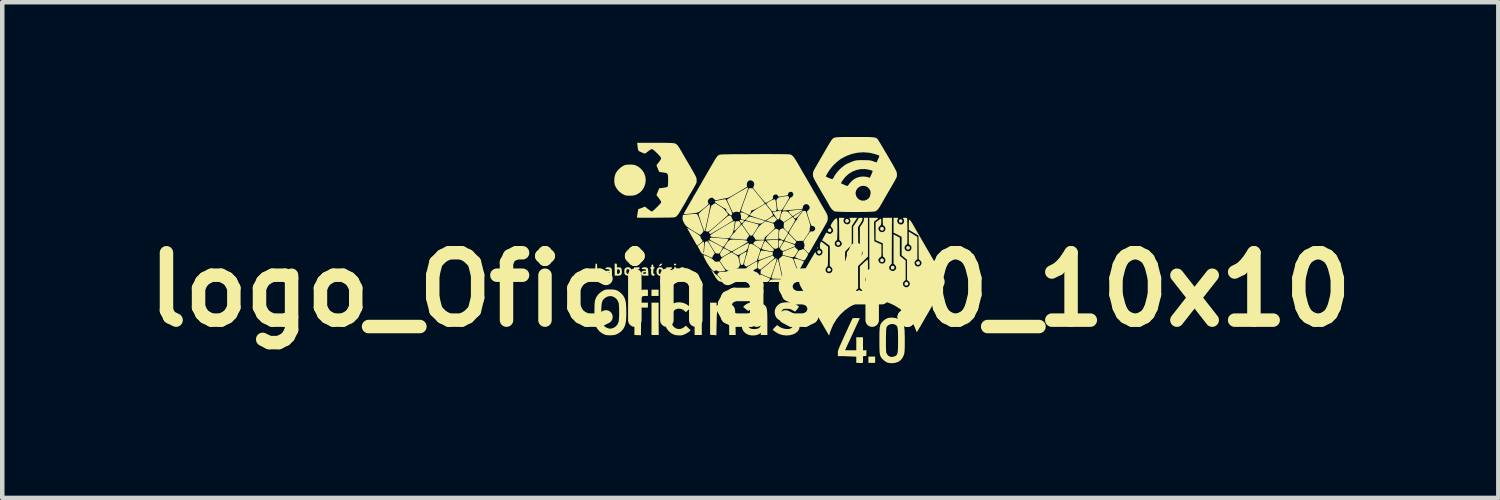
<source format=kicad_pcb>
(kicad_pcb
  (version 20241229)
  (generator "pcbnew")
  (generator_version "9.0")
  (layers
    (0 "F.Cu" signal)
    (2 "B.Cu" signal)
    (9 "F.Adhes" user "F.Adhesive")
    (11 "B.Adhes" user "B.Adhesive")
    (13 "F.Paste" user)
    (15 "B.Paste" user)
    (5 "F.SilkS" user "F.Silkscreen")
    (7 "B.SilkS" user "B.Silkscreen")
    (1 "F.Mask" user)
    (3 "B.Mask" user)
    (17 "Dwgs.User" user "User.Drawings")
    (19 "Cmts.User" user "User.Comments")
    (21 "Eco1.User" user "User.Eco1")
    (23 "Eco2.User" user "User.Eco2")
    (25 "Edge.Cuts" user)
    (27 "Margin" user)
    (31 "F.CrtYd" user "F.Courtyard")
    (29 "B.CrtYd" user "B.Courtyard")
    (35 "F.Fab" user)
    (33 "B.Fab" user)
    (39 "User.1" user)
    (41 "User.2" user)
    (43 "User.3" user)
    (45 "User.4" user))
  (footprint "logo_Oficinas4.0_10x10"
    (layer "F.Cu")
    (at 13.657 3.4)
    (property "Reference" "logo_Oficinas4.0_10x10" (at 0 0 0) (layer "F.SilkS") (effects (font (size 1.5 1.5) (thickness 0.3))))
    (attr board_only exclude_from_pos_files exclude_from_bom)
    (fp_poly (pts (xy -1.053 -0.777) (xy -1.052 -0.765) (xy -1.053 -0.763) (xy -1.059 -0.765) (xy -1.06 -0.77) (xy -1.056 -0.778)) (stroke (width 0) (type solid)) (fill yes) (layer "F.SilkS"))
    (fp_poly (pts (xy -2.042 0.07) (xy -2.042 0.14) (xy -2.121 0.14) (xy -2.2 0.14) (xy -2.2 0.07) (xy -2.2 0) (xy -2.121 0) (xy -2.042 0)) (stroke (width 0) (type solid)) (fill yes) (layer "F.SilkS"))
    (fp_poly (pts (xy -2.041 0.65) (xy -2.039 1.01) (xy -2.12 1.01) (xy -2.2 1.01) (xy -2.2 0.65) (xy -2.199 0.29) (xy -2.121 0.29) (xy -2.042 0.29)) (stroke (width 0) (type solid)) (fill yes) (layer "F.SilkS"))
    (fp_poly (pts (xy -1.655 -0.575) (xy -1.65 -0.56) (xy -1.656 -0.544) (xy -1.675 -0.54) (xy -1.695 -0.545) (xy -1.7 -0.56) (xy -1.694 -0.576) (xy -1.675 -0.58)) (stroke (width 0) (type solid)) (fill yes) (layer "F.SilkS"))
    (fp_poly (pts (xy -1.082 0.07) (xy -1.082 0.14) (xy -1.161 0.14) (xy -1.24 0.14) (xy -1.24 0.07) (xy -1.24 0) (xy -1.161 0) (xy -1.082 0)) (stroke (width 0) (type solid)) (fill yes) (layer "F.SilkS"))
    (fp_poly (pts (xy -1.081 0.65) (xy -1.079 1.01) (xy -1.16 1.01) (xy -1.24 1.01) (xy -1.24 0.65) (xy -1.239 0.29) (xy -1.161 0.29) (xy -1.082 0.29)) (stroke (width 0) (type solid)) (fill yes) (layer "F.SilkS"))
    (fp_poly (pts (xy -0.489 -0.184) (xy -0.485 -0.18) (xy -0.488 -0.172) (xy -0.499 -0.17) (xy -0.516 -0.174) (xy -0.52 -0.18) (xy -0.512 -0.189) (xy -0.506 -0.19)) (stroke (width 0) (type solid)) (fill yes) (layer "F.SilkS"))
    (fp_poly (pts (xy 1.509 -0.942) (xy 1.51 -0.93) (xy 1.506 -0.914) (xy 1.501 -0.91) (xy 1.496 -0.918) (xy 1.497 -0.93) (xy 1.503 -0.946) (xy 1.506 -0.95)) (stroke (width 0) (type solid)) (fill yes) (layer "F.SilkS"))
    (fp_poly (pts (xy 2.78 1.56) (xy 2.78 1.63) (xy 2.705 1.63) (xy 2.63 1.63) (xy 2.63 1.56) (xy 2.63 1.49) (xy 2.705 1.49) (xy 2.78 1.49)) (stroke (width 0) (type solid)) (fill yes) (layer "F.SilkS"))
    (fp_poly (pts (xy 1.974 -1.065) (xy 1.993 -1.051) (xy 1.999 -1.029) (xy 1.991 -1.004) (xy 1.984 -0.996) (xy 1.961 -0.981) (xy 1.94 -0.987) (xy 1.925 -1.004) (xy 1.915 -1.031) (xy 1.923 -1.054) (xy 1.946 -1.066)) (stroke (width 0) (type solid)) (fill yes) (layer "F.SilkS"))
    (fp_poly (pts (xy -1.964 -0.577) (xy -1.963 -0.566) (xy -1.978 -0.547) (xy -1.983 -0.542) (xy -2.003 -0.527) (xy -2.021 -0.52) (xy -2.03 -0.523) (xy -2.03 -0.525) (xy -2.023 -0.548) (xy -2.006 -0.569) (xy -1.986 -0.58) (xy -1.983 -0.58)) (stroke (width 0) (type solid)) (fill yes) (layer "F.SilkS"))
    (fp_poly (pts (xy 1.543 -0.876) (xy 1.566 -0.863) (xy 1.576 -0.844) (xy 1.572 -0.822) (xy 1.558 -0.805) (xy 1.535 -0.796) (xy 1.518 -0.798) (xy 1.502 -0.809) (xy 1.494 -0.827) (xy 1.495 -0.855) (xy 1.511 -0.873) (xy 1.537 -0.878)) (stroke (width 0) (type solid)) (fill yes) (layer "F.SilkS"))
    (fp_poly (pts (xy 1.761 -0.486) (xy 1.78 -0.47) (xy 1.797 -0.449) (xy 1.797 -0.432) (xy 1.784 -0.416) (xy 1.759 -0.402) (xy 1.733 -0.404) (xy 1.722 -0.412) (xy 1.711 -0.436) (xy 1.716 -0.462) (xy 1.726 -0.474) (xy 1.744 -0.488)) (stroke (width 0) (type solid)) (fill yes) (layer "F.SilkS"))
    (fp_poly (pts (xy 2.445 -0.862) (xy 2.463 -0.842) (xy 2.47 -0.821) (xy 2.462 -0.796) (xy 2.443 -0.783) (xy 2.418 -0.783) (xy 2.396 -0.796) (xy 2.383 -0.814) (xy 2.38 -0.825) (xy 2.388 -0.845) (xy 2.406 -0.863) (xy 2.425 -0.87)) (stroke (width 0) (type solid)) (fill yes) (layer "F.SilkS"))
    (fp_poly (pts (xy 2.648 -0.268) (xy 2.666 -0.254) (xy 2.676 -0.234) (xy 2.672 -0.21) (xy 2.665 -0.2) (xy 2.642 -0.183) (xy 2.621 -0.184) (xy 2.606 -0.196) (xy 2.592 -0.221) (xy 2.594 -0.247) (xy 2.602 -0.258) (xy 2.625 -0.27)) (stroke (width 0) (type solid)) (fill yes) (layer "F.SilkS"))
    (fp_poly (pts (xy 2.945 -0.694) (xy 2.965 -0.68) (xy 2.975 -0.659) (xy 2.974 -0.646) (xy 2.958 -0.621) (xy 2.936 -0.61) (xy 2.912 -0.615) (xy 2.9 -0.625) (xy 2.892 -0.648) (xy 2.898 -0.673) (xy 2.914 -0.692) (xy 2.921 -0.695)) (stroke (width 0) (type solid)) (fill yes) (layer "F.SilkS"))
    (fp_poly (pts (xy 2.948 -1.396) (xy 2.967 -1.381) (xy 2.976 -1.359) (xy 2.974 -1.346) (xy 2.959 -1.32) (xy 2.936 -1.311) (xy 2.908 -1.321) (xy 2.893 -1.339) (xy 2.891 -1.364) (xy 2.901 -1.387) (xy 2.902 -1.388) (xy 2.924 -1.399)) (stroke (width 0) (type solid)) (fill yes) (layer "F.SilkS"))
    (fp_poly (pts (xy 3.369 -1.563) (xy 3.385 -1.545) (xy 3.386 -1.516) (xy 3.386 -1.515) (xy 3.377 -1.497) (xy 3.357 -1.49) (xy 3.349 -1.49) (xy 3.326 -1.494) (xy 3.314 -1.504) (xy 3.31 -1.534) (xy 3.32 -1.557) (xy 3.341 -1.568)) (stroke (width 0) (type solid)) (fill yes) (layer "F.SilkS"))
    (fp_poly (pts (xy 3.487 -0.175) (xy 3.5 -0.165) (xy 3.517 -0.14) (xy 3.517 -0.116) (xy 3.502 -0.097) (xy 3.475 -0.09) (xy 3.452 -0.095) (xy 3.442 -0.102) (xy 3.431 -0.125) (xy 3.437 -0.149) (xy 3.455 -0.166) (xy 3.474 -0.177)) (stroke (width 0) (type solid)) (fill yes) (layer "F.SilkS"))
    (fp_poly (pts (xy -0.191 -1.555) (xy -0.157 -1.547) (xy -0.141 -1.539) (xy -0.141 -1.527) (xy -0.154 -1.509) (xy -0.156 -1.507) (xy -0.177 -1.487) (xy -0.193 -1.482) (xy -0.208 -1.495) (xy -0.22 -1.51) (xy -0.234 -1.537) (xy -0.232 -1.552) (xy -0.213 -1.557)) (stroke (width 0) (type solid)) (fill yes) (layer "F.SilkS"))
    (fp_poly (pts (xy 1.794 -1.354) (xy 1.806 -1.334) (xy 1.805 -1.306) (xy 1.791 -1.287) (xy 1.769 -1.281) (xy 1.744 -1.289) (xy 1.736 -1.296) (xy 1.726 -1.312) (xy 1.731 -1.332) (xy 1.732 -1.333) (xy 1.744 -1.353) (xy 1.753 -1.361) (xy 1.773 -1.365)) (stroke (width 0) (type solid)) (fill yes) (layer "F.SilkS"))
    (fp_poly (pts (xy 2.166 -1.574) (xy 2.183 -1.561) (xy 2.197 -1.543) (xy 2.196 -1.525) (xy 2.192 -1.515) (xy 2.174 -1.495) (xy 2.149 -1.49) (xy 2.125 -1.5) (xy 2.12 -1.505) (xy 2.112 -1.528) (xy 2.118 -1.553) (xy 2.134 -1.572) (xy 2.141 -1.575)) (stroke (width 0) (type solid)) (fill yes) (layer "F.SilkS"))
    (fp_poly (pts (xy 3.538 -0.963) (xy 3.554 -0.944) (xy 3.553 -0.918) (xy 3.55 -0.91) (xy 3.532 -0.894) (xy 3.507 -0.891) (xy 3.484 -0.901) (xy 3.48 -0.905) (xy 3.473 -0.926) (xy 3.474 -0.945) (xy 3.484 -0.964) (xy 3.504 -0.97) (xy 3.51 -0.97)) (stroke (width 0) (type solid)) (fill yes) (layer "F.SilkS"))
    (fp_poly (pts (xy 0.782 -0.229) (xy 0.816 -0.227) (xy 0.859 -0.224) (xy 0.89 -0.221) (xy 0.954 -0.215) (xy 0.925 -0.195) (xy 0.898 -0.183) (xy 0.859 -0.175) (xy 0.818 -0.172) (xy 0.74 -0.168) (xy 0.74 -0.199) (xy 0.741 -0.218) (xy 0.749 -0.227) (xy 0.768 -0.229)) (stroke (width 0) (type solid)) (fill yes) (layer "F.SilkS"))
    (fp_poly (pts (xy 2.151 -0.404) (xy 2.167 -0.386) (xy 2.17 -0.369) (xy 2.163 -0.349) (xy 2.149 -0.33) (xy 2.132 -0.32) (xy 2.13 -0.32) (xy 2.117 -0.326) (xy 2.099 -0.339) (xy 2.083 -0.355) (xy 2.082 -0.371) (xy 2.088 -0.384) (xy 2.105 -0.404) (xy 2.128 -0.41)) (stroke (width 0) (type solid)) (fill yes) (layer "F.SilkS"))
    (fp_poly (pts (xy 2.449 0.018) (xy 2.46 0.03) (xy 2.466 0.052) (xy 2.464 0.074) (xy 2.455 0.088) (xy 2.45 0.09) (xy 2.434 0.093) (xy 2.427 0.096) (xy 2.409 0.094) (xy 2.396 0.085) (xy 2.381 0.059) (xy 2.384 0.035) (xy 2.401 0.016) (xy 2.427 0.01)) (stroke (width 0) (type solid)) (fill yes) (layer "F.SilkS"))
    (fp_poly (pts (xy 3.187 -0.529) (xy 3.188 -0.529) (xy 3.204 -0.519) (xy 3.209 -0.5) (xy 3.208 -0.488) (xy 3.203 -0.465) (xy 3.19 -0.455) (xy 3.175 -0.452) (xy 3.151 -0.452) (xy 3.137 -0.456) (xy 3.132 -0.471) (xy 3.13 -0.491) (xy 3.138 -0.519) (xy 3.158 -0.532)) (stroke (width 0) (type solid)) (fill yes) (layer "F.SilkS"))
    (fp_poly (pts (xy 3.754 -0.634) (xy 3.77 -0.619) (xy 3.777 -0.594) (xy 3.773 -0.57) (xy 3.77 -0.565) (xy 3.749 -0.552) (xy 3.723 -0.552) (xy 3.703 -0.565) (xy 3.7 -0.569) (xy 3.692 -0.59) (xy 3.69 -0.599) (xy 3.698 -0.614) (xy 3.718 -0.627) (xy 3.74 -0.635)) (stroke (width 0) (type solid)) (fill yes) (layer "F.SilkS"))
    (fp_poly (pts (xy 0.536 -1.628) (xy 0.554 -1.608) (xy 0.564 -1.597) (xy 0.594 -1.56) (xy 0.56 -1.525) (xy 0.537 -1.504) (xy 0.517 -1.492) (xy 0.511 -1.491) (xy 0.494 -1.494) (xy 0.464 -1.502) (xy 0.428 -1.513) (xy 0.425 -1.514) (xy 0.355 -1.536) (xy 0.434 -1.588) (xy 0.47 -1.611) (xy 0.499 -1.627) (xy 0.519 -1.636) (xy 0.524 -1.637)) (stroke (width 0) (type solid)) (fill yes) (layer "F.SilkS"))
    (fp_poly (pts (xy 0.659 -0.23) (xy 0.692 -0.228) (xy 0.711 -0.224) (xy 0.721 -0.219) (xy 0.724 -0.214) (xy 0.729 -0.198) (xy 0.73 -0.187) (xy 0.723 -0.179) (xy 0.707 -0.174) (xy 0.678 -0.171) (xy 0.634 -0.17) (xy 0.573 -0.17) (xy 0.57 -0.17) (xy 0.41 -0.17) (xy 0.425 -0.194) (xy 0.437 -0.208) (xy 0.455 -0.218) (xy 0.481 -0.224) (xy 0.52 -0.228) (xy 0.573 -0.23) (xy 0.61 -0.23)) (stroke (width 0) (type solid)) (fill yes) (layer "F.SilkS"))
    (fp_poly (pts (xy 0.699 -1.097) (xy 0.721 -1.088) (xy 0.733 -1.077) (xy 0.733 -1.073) (xy 0.727 -1.058) (xy 0.713 -1.032) (xy 0.695 -1.001) (xy 0.676 -0.97) (xy 0.658 -0.942) (xy 0.644 -0.925) (xy 0.639 -0.92) (xy 0.635 -0.929) (xy 0.632 -0.954) (xy 0.63 -0.989) (xy 0.63 -1.005) (xy 0.63 -1.047) (xy 0.632 -1.073) (xy 0.637 -1.088) (xy 0.645 -1.096) (xy 0.652 -1.099) (xy 0.674 -1.101)) (stroke (width 0) (type solid)) (fill yes) (layer "F.SilkS"))
    (fp_poly (pts (xy 0.854 -1.244) (xy 0.873 -1.226) (xy 0.9 -1.2) (xy 0.932 -1.166) (xy 0.937 -1.161) (xy 1.025 -1.07) (xy 1.01 -1.042) (xy 0.994 -1.013) (xy 0.881 -1.051) (xy 0.836 -1.067) (xy 0.799 -1.079) (xy 0.774 -1.089) (xy 0.763 -1.093) (xy 0.763 -1.093) (xy 0.766 -1.103) (xy 0.777 -1.124) (xy 0.792 -1.154) (xy 0.809 -1.186) (xy 0.826 -1.216) (xy 0.839 -1.239) (xy 0.846 -1.249)) (stroke (width 0) (type solid)) (fill yes) (layer "F.SilkS"))
    (fp_poly (pts (xy 1.167 -1.781) (xy 1.17 -1.78) (xy 1.168 -1.776) (xy 1.16 -1.77) (xy 1.144 -1.758) (xy 1.117 -1.741) (xy 1.078 -1.717) (xy 1.025 -1.683) (xy 0.945 -1.633) (xy 0.896 -1.687) (xy 0.87 -1.718) (xy 0.857 -1.74) (xy 0.856 -1.75) (xy 0.868 -1.754) (xy 0.896 -1.759) (xy 0.934 -1.764) (xy 0.979 -1.769) (xy 1.027 -1.773) (xy 1.074 -1.777) (xy 1.115 -1.78) (xy 1.148 -1.782)) (stroke (width 0) (type solid)) (fill yes) (layer "F.SilkS"))
    (fp_poly (pts (xy 0.685 -1.721) (xy 0.671 -1.658) (xy 0.658 -1.613) (xy 0.646 -1.583) (xy 0.634 -1.567) (xy 0.624 -1.562) (xy 0.605 -1.566) (xy 0.586 -1.585) (xy 0.579 -1.597) (xy 0.562 -1.624) (xy 0.548 -1.646) (xy 0.545 -1.651) (xy 0.532 -1.671) (xy 0.516 -1.694) (xy 0.505 -1.716) (xy 0.506 -1.73) (xy 0.506 -1.73) (xy 0.519 -1.735) (xy 0.548 -1.74) (xy 0.586 -1.744) (xy 0.604 -1.746) (xy 0.692 -1.753)) (stroke (width 0) (type solid)) (fill yes) (layer "F.SilkS"))
    (fp_poly (pts (xy 0.744 -1.358) (xy 0.764 -1.34) (xy 0.787 -1.318) (xy 0.842 -1.263) (xy 0.795 -1.181) (xy 0.774 -1.146) (xy 0.755 -1.118) (xy 0.741 -1.102) (xy 0.737 -1.1) (xy 0.721 -1.104) (xy 0.696 -1.115) (xy 0.682 -1.121) (xy 0.64 -1.142) (xy 0.64 -1.23) (xy 0.641 -1.278) (xy 0.645 -1.31) (xy 0.655 -1.332) (xy 0.672 -1.346) (xy 0.698 -1.359) (xy 0.7 -1.36) (xy 0.716 -1.366) (xy 0.73 -1.366)) (stroke (width 0) (type solid)) (fill yes) (layer "F.SilkS"))
    (fp_poly (pts (xy -1.663 -0.499) (xy -1.656 -0.495) (xy -1.652 -0.483) (xy -1.65 -0.459) (xy -1.65 -0.421) (xy -1.65 -0.405) (xy -1.65 -0.361) (xy -1.651 -0.333) (xy -1.655 -0.318) (xy -1.661 -0.311) (xy -1.671 -0.31) (xy -1.675 -0.31) (xy -1.687 -0.311) (xy -1.694 -0.315) (xy -1.698 -0.327) (xy -1.7 -0.351) (xy -1.7 -0.389) (xy -1.7 -0.405) (xy -1.7 -0.449) (xy -1.699 -0.477) (xy -1.695 -0.492) (xy -1.689 -0.499) (xy -1.679 -0.5) (xy -1.675 -0.5)) (stroke (width 0) (type solid)) (fill yes) (layer "F.SilkS"))
    (fp_poly (pts (xy -0.515 -0.886) (xy -0.481 -0.867) (xy -0.455 -0.852) (xy -0.441 -0.842) (xy -0.44 -0.841) (xy -0.448 -0.834) (xy -0.469 -0.821) (xy -0.5 -0.802) (xy -0.535 -0.781) (xy -0.571 -0.76) (xy -0.603 -0.742) (xy -0.628 -0.728) (xy -0.639 -0.723) (xy -0.647 -0.73) (xy -0.658 -0.749) (xy -0.662 -0.757) (xy -0.672 -0.781) (xy -0.674 -0.797) (xy -0.666 -0.817) (xy -0.656 -0.835) (xy -0.636 -0.866) (xy -0.617 -0.894) (xy -0.611 -0.9) (xy -0.591 -0.925)) (stroke (width 0) (type solid)) (fill yes) (layer "F.SilkS"))
    (fp_poly (pts (xy 0.24 -0.333) (xy 0.264 -0.325) (xy 0.3 -0.31) (xy 0.335 -0.295) (xy 0.376 -0.275) (xy 0.41 -0.259) (xy 0.432 -0.247) (xy 0.44 -0.241) (xy 0.435 -0.231) (xy 0.422 -0.21) (xy 0.417 -0.203) (xy 0.404 -0.185) (xy 0.389 -0.175) (xy 0.368 -0.171) (xy 0.334 -0.17) (xy 0.274 -0.17) (xy 0.237 -0.236) (xy 0.217 -0.273) (xy 0.205 -0.297) (xy 0.202 -0.311) (xy 0.205 -0.321) (xy 0.214 -0.33) (xy 0.215 -0.33) (xy 0.225 -0.334)) (stroke (width 0) (type solid)) (fill yes) (layer "F.SilkS"))
    (fp_poly (pts (xy 0.62 -1.021) (xy 0.62 -0.978) (xy 0.618 -0.95) (xy 0.614 -0.934) (xy 0.607 -0.926) (xy 0.598 -0.921) (xy 0.573 -0.913) (xy 0.554 -0.909) (xy 0.537 -0.913) (xy 0.517 -0.926) (xy 0.492 -0.948) (xy 0.458 -0.984) (xy 0.446 -0.996) (xy 0.413 -1.032) (xy 0.386 -1.061) (xy 0.368 -1.083) (xy 0.361 -1.094) (xy 0.361 -1.095) (xy 0.373 -1.097) (xy 0.4 -1.1) (xy 0.439 -1.103) (xy 0.487 -1.106) (xy 0.493 -1.106) (xy 0.62 -1.113)) (stroke (width 0) (type solid)) (fill yes) (layer "F.SilkS"))
    (fp_poly (pts (xy -3.421 -0.579) (xy -3.416 -0.572) (xy -3.412 -0.558) (xy -3.411 -0.532) (xy -3.41 -0.49) (xy -3.41 -0.465) (xy -3.41 -0.35) (xy -3.345 -0.35) (xy -3.31 -0.349) (xy -3.29 -0.347) (xy -3.282 -0.34) (xy -3.28 -0.33) (xy -3.282 -0.32) (xy -3.289 -0.314) (xy -3.305 -0.311) (xy -3.336 -0.31) (xy -3.368 -0.31) (xy -3.455 -0.31) (xy -3.452 -0.445) (xy -3.451 -0.499) (xy -3.449 -0.537) (xy -3.446 -0.56) (xy -3.443 -0.573) (xy -3.437 -0.579) (xy -3.429 -0.58)) (stroke (width 0) (type solid)) (fill yes) (layer "F.SilkS"))
    (fp_poly (pts (xy -0.168 -1.716) (xy -0.139 -1.705) (xy -0.107 -1.69) (xy -0.076 -1.674) (xy -0.052 -1.66) (xy -0.04 -1.649) (xy -0.04 -1.647) (xy -0.046 -1.632) (xy -0.062 -1.609) (xy -0.083 -1.584) (xy -0.103 -1.564) (xy -0.119 -1.552) (xy -0.123 -1.551) (xy -0.14 -1.554) (xy -0.167 -1.56) (xy -0.174 -1.562) (xy -0.198 -1.57) (xy -0.208 -1.58) (xy -0.208 -1.599) (xy -0.206 -1.609) (xy -0.208 -1.653) (xy -0.216 -1.674) (xy -0.223 -1.7) (xy -0.214 -1.715) (xy -0.188 -1.72)) (stroke (width 0) (type solid)) (fill yes) (layer "F.SilkS"))
    (fp_poly (pts (xy -0.052 -0.415) (xy -0.029 -0.41) (xy 0.004 -0.405) (xy 0.015 -0.403) (xy 0.043 -0.398) (xy 0.056 -0.39) (xy 0.06 -0.376) (xy 0.06 -0.375) (xy 0.069 -0.341) (xy 0.095 -0.317) (xy 0.134 -0.302) (xy 0.144 -0.301) (xy 0.169 -0.297) (xy 0.186 -0.29) (xy 0.2 -0.275) (xy 0.217 -0.249) (xy 0.226 -0.233) (xy 0.261 -0.17) (xy 0.077 -0.17) (xy -0.108 -0.17) (xy -0.126 -0.264) (xy -0.143 -0.357) (xy -0.109 -0.389) (xy -0.08 -0.41) (xy -0.057 -0.416)) (stroke (width 0) (type solid)) (fill yes) (layer "F.SilkS"))
    (fp_poly (pts (xy 0.292 -0.868) (xy 0.33 -0.864) (xy 0.375 -0.858) (xy 0.4 -0.853) (xy 0.5 -0.837) (xy 0.5 -0.805) (xy 0.5 -0.772) (xy 0.352 -0.716) (xy 0.293 -0.694) (xy 0.249 -0.678) (xy 0.218 -0.667) (xy 0.198 -0.662) (xy 0.186 -0.662) (xy 0.179 -0.665) (xy 0.176 -0.668) (xy 0.177 -0.681) (xy 0.183 -0.708) (xy 0.193 -0.745) (xy 0.203 -0.773) (xy 0.217 -0.817) (xy 0.228 -0.845) (xy 0.237 -0.861) (xy 0.246 -0.868) (xy 0.259 -0.87) (xy 0.268 -0.87)) (stroke (width 0) (type solid)) (fill yes) (layer "F.SilkS"))
    (fp_poly (pts (xy 0.579 -1.354) (xy 0.591 -1.35) (xy 0.595 -1.349) (xy 0.631 -1.336) (xy 0.628 -1.23) (xy 0.625 -1.125) (xy 0.575 -1.123) (xy 0.501 -1.12) (xy 0.444 -1.118) (xy 0.403 -1.117) (xy 0.375 -1.116) (xy 0.357 -1.117) (xy 0.348 -1.119) (xy 0.345 -1.121) (xy 0.345 -1.136) (xy 0.358 -1.162) (xy 0.38 -1.192) (xy 0.409 -1.222) (xy 0.412 -1.225) (xy 0.461 -1.272) (xy 0.498 -1.306) (xy 0.525 -1.33) (xy 0.545 -1.346) (xy 0.559 -1.354) (xy 0.569 -1.356)) (stroke (width 0) (type solid)) (fill yes) (layer "F.SilkS"))
    (fp_poly (pts (xy 0.972 -1.587) (xy 0.989 -1.566) (xy 0.999 -1.551) (xy 1 -1.549) (xy 0.995 -1.538) (xy 0.982 -1.513) (xy 0.963 -1.479) (xy 0.941 -1.44) (xy 0.916 -1.398) (xy 0.892 -1.358) (xy 0.87 -1.322) (xy 0.853 -1.296) (xy 0.842 -1.281) (xy 0.841 -1.28) (xy 0.831 -1.287) (xy 0.811 -1.304) (xy 0.787 -1.329) (xy 0.763 -1.355) (xy 0.749 -1.375) (xy 0.744 -1.394) (xy 0.744 -1.421) (xy 0.745 -1.435) (xy 0.749 -1.493) (xy 0.847 -1.557) (xy 0.945 -1.62)) (stroke (width 0) (type solid)) (fill yes) (layer "F.SilkS"))
    (fp_poly (pts (xy 1.017 -0.923) (xy 1.038 -0.903) (xy 1.056 -0.89) (xy 1.059 -0.889) (xy 1.064 -0.882) (xy 1.059 -0.865) (xy 1.045 -0.837) (xy 1.03 -0.812) (xy 1.006 -0.772) (xy 0.985 -0.744) (xy 0.965 -0.728) (xy 0.94 -0.723) (xy 0.906 -0.726) (xy 0.86 -0.736) (xy 0.825 -0.745) (xy 0.785 -0.756) (xy 0.752 -0.764) (xy 0.731 -0.769) (xy 0.727 -0.77) (xy 0.722 -0.779) (xy 0.721 -0.801) (xy 0.722 -0.807) (xy 0.725 -0.844) (xy 0.857 -0.898) (xy 0.99 -0.953)) (stroke (width 0) (type solid)) (fill yes) (layer "F.SilkS"))
    (fp_poly (pts (xy -0.234 -0.377) (xy -0.212 -0.371) (xy -0.199 -0.367) (xy -0.155 -0.352) (xy -0.138 -0.269) (xy -0.13 -0.23) (xy -0.124 -0.199) (xy -0.121 -0.18) (xy -0.12 -0.177) (xy -0.13 -0.174) (xy -0.154 -0.172) (xy -0.19 -0.17) (xy -0.211 -0.17) (xy -0.254 -0.17) (xy -0.281 -0.172) (xy -0.294 -0.175) (xy -0.298 -0.181) (xy -0.297 -0.188) (xy -0.293 -0.205) (xy -0.284 -0.236) (xy -0.274 -0.275) (xy -0.27 -0.29) (xy -0.259 -0.328) (xy -0.25 -0.358) (xy -0.245 -0.376) (xy -0.244 -0.378)) (stroke (width 0) (type solid)) (fill yes) (layer "F.SilkS"))
    (fp_poly (pts (xy -0.08 -0.842) (xy -0.083 -0.829) (xy -0.09 -0.8) (xy -0.101 -0.76) (xy -0.114 -0.712) (xy -0.128 -0.66) (xy -0.141 -0.618) (xy -0.152 -0.582) (xy -0.161 -0.562) (xy -0.171 -0.552) (xy -0.185 -0.55) (xy -0.188 -0.55) (xy -0.202 -0.551) (xy -0.211 -0.557) (xy -0.218 -0.572) (xy -0.225 -0.599) (xy -0.232 -0.632) (xy -0.242 -0.684) (xy -0.244 -0.721) (xy -0.239 -0.748) (xy -0.224 -0.768) (xy -0.198 -0.788) (xy -0.177 -0.801) (xy -0.131 -0.826) (xy -0.101 -0.841) (xy -0.085 -0.846)) (stroke (width 0) (type solid)) (fill yes) (layer "F.SilkS"))
    (fp_poly (pts (xy -0.001 -1.625) (xy 0.033 -1.618) (xy 0.084 -1.604) (xy 0.153 -1.584) (xy 0.241 -1.557) (xy 0.283 -1.543) (xy 0.332 -1.528) (xy 0.294 -1.503) (xy 0.267 -1.486) (xy 0.242 -1.475) (xy 0.215 -1.47) (xy 0.183 -1.471) (xy 0.141 -1.479) (xy 0.086 -1.492) (xy 0.049 -1.502) (xy -0.002 -1.516) (xy -0.045 -1.529) (xy -0.078 -1.539) (xy -0.096 -1.545) (xy -0.099 -1.546) (xy -0.096 -1.555) (xy -0.082 -1.572) (xy -0.062 -1.593) (xy -0.041 -1.611) (xy -0.023 -1.624) (xy -0.018 -1.626)) (stroke (width 0) (type solid)) (fill yes) (layer "F.SilkS"))
    (fp_poly (pts (xy 0.341 -1.078) (xy 0.365 -1.058) (xy 0.399 -1.026) (xy 0.441 -0.986) (xy 0.483 -0.942) (xy 0.509 -0.915) (xy 0.522 -0.897) (xy 0.525 -0.884) (xy 0.521 -0.871) (xy 0.514 -0.861) (xy 0.507 -0.855) (xy 0.493 -0.853) (xy 0.471 -0.854) (xy 0.437 -0.859) (xy 0.386 -0.868) (xy 0.385 -0.869) (xy 0.342 -0.878) (xy 0.305 -0.888) (xy 0.279 -0.897) (xy 0.273 -0.901) (xy 0.251 -0.916) (xy 0.285 -1.001) (xy 0.3 -1.038) (xy 0.315 -1.067) (xy 0.325 -1.083) (xy 0.328 -1.085)) (stroke (width 0) (type solid)) (fill yes) (layer "F.SilkS"))
    (fp_poly (pts (xy -2.488 -0.498) (xy -2.467 -0.494) (xy -2.46 -0.487) (xy -2.46 -0.486) (xy -2.466 -0.47) (xy -2.479 -0.458) (xy -2.491 -0.455) (xy -2.493 -0.456) (xy -2.506 -0.458) (xy -2.519 -0.455) (xy -2.53 -0.45) (xy -2.537 -0.438) (xy -2.539 -0.416) (xy -2.54 -0.379) (xy -2.54 -0.343) (xy -2.543 -0.322) (xy -2.548 -0.313) (xy -2.559 -0.31) (xy -2.565 -0.31) (xy -2.577 -0.311) (xy -2.584 -0.315) (xy -2.588 -0.327) (xy -2.59 -0.351) (xy -2.59 -0.39) (xy -2.59 -0.404) (xy -2.59 -0.497) (xy -2.525 -0.498)) (stroke (width 0) (type solid)) (fill yes) (layer "F.SilkS"))
    (fp_poly (pts (xy -1.768 -0.498) (xy -1.747 -0.494) (xy -1.74 -0.487) (xy -1.74 -0.486) (xy -1.746 -0.47) (xy -1.759 -0.458) (xy -1.771 -0.455) (xy -1.773 -0.456) (xy -1.786 -0.458) (xy -1.799 -0.455) (xy -1.81 -0.45) (xy -1.817 -0.438) (xy -1.819 -0.416) (xy -1.82 -0.379) (xy -1.82 -0.343) (xy -1.823 -0.322) (xy -1.828 -0.313) (xy -1.839 -0.31) (xy -1.845 -0.31) (xy -1.857 -0.311) (xy -1.864 -0.315) (xy -1.868 -0.327) (xy -1.87 -0.351) (xy -1.87 -0.39) (xy -1.87 -0.404) (xy -1.87 -0.497) (xy -1.805 -0.498)) (stroke (width 0) (type solid)) (fill yes) (layer "F.SilkS"))
    (fp_poly (pts (xy -0.245 -1.52) (xy -0.231 -1.505) (xy -0.217 -1.482) (xy -0.21 -1.465) (xy -0.21 -1.464) (xy -0.217 -1.451) (xy -0.234 -1.429) (xy -0.258 -1.401) (xy -0.285 -1.371) (xy -0.312 -1.344) (xy -0.334 -1.322) (xy -0.349 -1.311) (xy -0.352 -1.31) (xy -0.356 -1.319) (xy -0.356 -1.339) (xy -0.355 -1.343) (xy -0.351 -1.369) (xy -0.345 -1.407) (xy -0.339 -1.445) (xy -0.334 -1.479) (xy -0.33 -1.505) (xy -0.327 -1.516) (xy -0.327 -1.516) (xy -0.317 -1.519) (xy -0.295 -1.524) (xy -0.289 -1.525) (xy -0.263 -1.527)) (stroke (width 0) (type solid)) (fill yes) (layer "F.SilkS"))
    (fp_poly (pts (xy 0.157 -0.621) (xy 0.159 -0.597) (xy 0.16 -0.562) (xy 0.16 -0.555) (xy 0.16 -0.48) (xy 0.128 -0.467) (xy 0.099 -0.451) (xy 0.076 -0.431) (xy 0.076 -0.431) (xy 0.06 -0.418) (xy 0.041 -0.412) (xy 0.013 -0.414) (xy -0.027 -0.422) (xy -0.057 -0.431) (xy -0.072 -0.445) (xy -0.076 -0.456) (xy -0.079 -0.48) (xy -0.077 -0.494) (xy -0.067 -0.502) (xy -0.044 -0.518) (xy -0.011 -0.539) (xy 0.027 -0.562) (xy 0.066 -0.585) (xy 0.102 -0.605) (xy 0.132 -0.621) (xy 0.151 -0.629) (xy 0.154 -0.63)) (stroke (width 0) (type solid)) (fill yes) (layer "F.SilkS"))
    (fp_poly (pts (xy 0.544 -2.009) (xy 0.554 -2.004) (xy 0.561 -1.993) (xy 0.566 -1.971) (xy 0.572 -1.936) (xy 0.58 -1.885) (xy 0.58 -1.881) (xy 0.586 -1.828) (xy 0.588 -1.792) (xy 0.583 -1.77) (xy 0.571 -1.757) (xy 0.551 -1.75) (xy 0.533 -1.748) (xy 0.486 -1.745) (xy 0.426 -1.818) (xy 0.399 -1.852) (xy 0.376 -1.881) (xy 0.361 -1.9) (xy 0.357 -1.906) (xy 0.362 -1.916) (xy 0.38 -1.933) (xy 0.408 -1.952) (xy 0.441 -1.973) (xy 0.475 -1.99) (xy 0.506 -2.004) (xy 0.529 -2.01) (xy 0.531 -2.01)) (stroke (width 0) (type solid)) (fill yes) (layer "F.SilkS"))
    (fp_poly (pts (xy 0.302 -1.098) (xy 0.306 -1.097) (xy 0.305 -1.087) (xy 0.297 -1.062) (xy 0.285 -1.03) (xy 0.271 -0.994) (xy 0.257 -0.959) (xy 0.244 -0.93) (xy 0.234 -0.913) (xy 0.231 -0.91) (xy 0.221 -0.915) (xy 0.198 -0.929) (xy 0.166 -0.95) (xy 0.15 -0.961) (xy 0.116 -0.984) (xy 0.088 -1.004) (xy 0.07 -1.017) (xy 0.067 -1.02) (xy 0.067 -1.031) (xy 0.079 -1.051) (xy 0.085 -1.058) (xy 0.099 -1.072) (xy 0.114 -1.082) (xy 0.134 -1.088) (xy 0.164 -1.092) (xy 0.206 -1.095) (xy 0.248 -1.098) (xy 0.281 -1.099)) (stroke (width 0) (type solid)) (fill yes) (layer "F.SilkS"))
    (fp_poly (pts (xy 0.614 -0.677) (xy 0.618 -0.665) (xy 0.625 -0.642) (xy 0.633 -0.608) (xy 0.645 -0.559) (xy 0.66 -0.494) (xy 0.668 -0.457) (xy 0.717 -0.24) (xy 0.621 -0.241) (xy 0.576 -0.243) (xy 0.536 -0.244) (xy 0.506 -0.246) (xy 0.497 -0.247) (xy 0.478 -0.254) (xy 0.47 -0.265) (xy 0.473 -0.277) (xy 0.481 -0.305) (xy 0.494 -0.345) (xy 0.509 -0.393) (xy 0.527 -0.446) (xy 0.545 -0.501) (xy 0.562 -0.554) (xy 0.579 -0.602) (xy 0.592 -0.641) (xy 0.602 -0.668) (xy 0.607 -0.679) (xy 0.607 -0.679) (xy 0.61 -0.681)) (stroke (width 0) (type solid)) (fill yes) (layer "F.SilkS"))
    (fp_poly (pts (xy -0.843 -0.42) (xy -0.818 -0.396) (xy -0.797 -0.37) (xy -0.796 -0.367) (xy -0.78 -0.348) (xy -0.766 -0.34) (xy -0.765 -0.34) (xy -0.753 -0.333) (xy -0.732 -0.314) (xy -0.704 -0.286) (xy -0.683 -0.263) (xy -0.654 -0.23) (xy -0.629 -0.202) (xy -0.612 -0.184) (xy -0.607 -0.179) (xy -0.607 -0.174) (xy -0.621 -0.173) (xy -0.643 -0.174) (xy -0.666 -0.178) (xy -0.68 -0.182) (xy -0.71 -0.198) (xy -0.738 -0.225) (xy -0.769 -0.266) (xy -0.792 -0.305) (xy -0.815 -0.344) (xy -0.836 -0.38) (xy -0.852 -0.408) (xy -0.854 -0.41) (xy -0.875 -0.445)) (stroke (width 0) (type solid)) (fill yes) (layer "F.SilkS"))
    (fp_poly (pts (xy -0.277 -0.455) (xy -0.267 -0.438) (xy -0.264 -0.428) (xy -0.26 -0.409) (xy -0.26 -0.387) (xy -0.265 -0.356) (xy -0.275 -0.313) (xy -0.283 -0.282) (xy -0.298 -0.228) (xy -0.311 -0.192) (xy -0.325 -0.172) (xy -0.34 -0.17) (xy -0.36 -0.185) (xy -0.386 -0.218) (xy -0.419 -0.267) (xy -0.428 -0.28) (xy -0.455 -0.322) (xy -0.477 -0.357) (xy -0.493 -0.384) (xy -0.5 -0.397) (xy -0.5 -0.398) (xy -0.491 -0.404) (xy -0.467 -0.412) (xy -0.431 -0.422) (xy -0.405 -0.429) (xy -0.362 -0.439) (xy -0.325 -0.448) (xy -0.299 -0.455) (xy -0.292 -0.457)) (stroke (width 0) (type solid)) (fill yes) (layer "F.SilkS"))
    (fp_poly (pts (xy 1.002 -0.69) (xy 1.026 -0.686) (xy 1.059 -0.678) (xy 1.096 -0.667) (xy 1.133 -0.654) (xy 1.165 -0.642) (xy 1.187 -0.631) (xy 1.194 -0.624) (xy 1.189 -0.612) (xy 1.176 -0.587) (xy 1.157 -0.554) (xy 1.136 -0.517) (xy 1.115 -0.48) (xy 1.095 -0.448) (xy 1.079 -0.423) (xy 1.07 -0.411) (xy 1.069 -0.41) (xy 1.064 -0.419) (xy 1.054 -0.443) (xy 1.04 -0.48) (xy 1.023 -0.525) (xy 1.017 -0.542) (xy 1 -0.591) (xy 0.986 -0.632) (xy 0.975 -0.663) (xy 0.97 -0.681) (xy 0.97 -0.682) (xy 0.979 -0.687) (xy 1 -0.69)) (stroke (width 0) (type solid)) (fill yes) (layer "F.SilkS"))
    (fp_poly (pts (xy -1.398 -1.372) (xy -1.375 -1.359) (xy -1.34 -1.339) (xy -1.297 -1.314) (xy -1.26 -1.291) (xy -1.207 -1.258) (xy -1.168 -1.233) (xy -1.141 -1.214) (xy -1.124 -1.198) (xy -1.113 -1.185) (xy -1.107 -1.171) (xy -1.106 -1.167) (xy -1.094 -1.136) (xy -1.079 -1.112) (xy -1.077 -1.11) (xy -1.064 -1.092) (xy -1.06 -1.082) (xy -1.068 -1.072) (xy -1.087 -1.054) (xy -1.113 -1.032) (xy -1.141 -1.011) (xy -1.16 -0.997) (xy -1.185 -0.981) (xy -1.298 -1.177) (xy -1.33 -1.233) (xy -1.358 -1.284) (xy -1.381 -1.325) (xy -1.398 -1.356) (xy -1.406 -1.373) (xy -1.407 -1.376)) (stroke (width 0) (type solid)) (fill yes) (layer "F.SilkS"))
    (fp_poly (pts (xy 0.785 -1.745) (xy 0.813 -1.741) (xy 0.834 -1.733) (xy 0.855 -1.717) (xy 0.881 -1.689) (xy 0.882 -1.688) (xy 0.906 -1.661) (xy 0.923 -1.64) (xy 0.93 -1.629) (xy 0.93 -1.629) (xy 0.926 -1.623) (xy 0.914 -1.613) (xy 0.891 -1.597) (xy 0.855 -1.573) (xy 0.804 -1.54) (xy 0.798 -1.536) (xy 0.744 -1.502) (xy 0.713 -1.53) (xy 0.691 -1.548) (xy 0.673 -1.56) (xy 0.67 -1.562) (xy 0.665 -1.573) (xy 0.667 -1.597) (xy 0.674 -1.63) (xy 0.683 -1.665) (xy 0.695 -1.699) (xy 0.707 -1.725) (xy 0.717 -1.738) (xy 0.741 -1.745) (xy 0.78 -1.746)) (stroke (width 0) (type solid)) (fill yes) (layer "F.SilkS"))
    (fp_poly (pts (xy 0.521 -0.737) (xy 0.534 -0.719) (xy 0.54 -0.709) (xy 0.533 -0.7) (xy 0.515 -0.682) (xy 0.492 -0.663) (xy 0.463 -0.638) (xy 0.425 -0.608) (xy 0.384 -0.574) (xy 0.342 -0.54) (xy 0.302 -0.508) (xy 0.267 -0.48) (xy 0.241 -0.46) (xy 0.226 -0.449) (xy 0.225 -0.448) (xy 0.21 -0.449) (xy 0.191 -0.459) (xy 0.179 -0.47) (xy 0.172 -0.483) (xy 0.17 -0.503) (xy 0.171 -0.537) (xy 0.172 -0.55) (xy 0.177 -0.59) (xy 0.184 -0.62) (xy 0.191 -0.635) (xy 0.205 -0.643) (xy 0.234 -0.656) (xy 0.275 -0.673) (xy 0.323 -0.693) (xy 0.354 -0.704) (xy 0.502 -0.76)) (stroke (width 0) (type solid)) (fill yes) (layer "F.SilkS"))
    (fp_poly (pts (xy 0.777 -1.072) (xy 0.806 -1.063) (xy 0.844 -1.05) (xy 0.875 -1.04) (xy 0.933 -1.019) (xy 0.973 -1.001) (xy 0.993 -0.985) (xy 0.995 -0.971) (xy 0.993 -0.969) (xy 0.98 -0.962) (xy 0.954 -0.95) (xy 0.917 -0.935) (xy 0.875 -0.917) (xy 0.831 -0.899) (xy 0.79 -0.883) (xy 0.756 -0.87) (xy 0.733 -0.862) (xy 0.725 -0.86) (xy 0.712 -0.867) (xy 0.691 -0.882) (xy 0.687 -0.886) (xy 0.669 -0.903) (xy 0.662 -0.916) (xy 0.662 -0.918) (xy 0.676 -0.947) (xy 0.695 -0.981) (xy 0.716 -1.015) (xy 0.736 -1.045) (xy 0.752 -1.067) (xy 0.762 -1.077) (xy 0.764 -1.077)) (stroke (width 0) (type solid)) (fill yes) (layer "F.SilkS"))
    (fp_poly (pts (xy -0.032 -1.033) (xy -0.032 -1.018) (xy -0.038 -0.989) (xy -0.046 -0.956) (xy -0.063 -0.907) (xy -0.085 -0.875) (xy -0.088 -0.873) (xy -0.111 -0.856) (xy -0.144 -0.835) (xy -0.18 -0.814) (xy -0.216 -0.794) (xy -0.247 -0.779) (xy -0.267 -0.771) (xy -0.271 -0.77) (xy -0.287 -0.775) (xy -0.313 -0.787) (xy -0.343 -0.802) (xy -0.372 -0.819) (xy -0.393 -0.832) (xy -0.4 -0.84) (xy -0.392 -0.846) (xy -0.369 -0.861) (xy -0.335 -0.881) (xy -0.293 -0.906) (xy -0.247 -0.932) (xy -0.199 -0.959) (xy -0.152 -0.985) (xy -0.111 -1.007) (xy -0.078 -1.025) (xy -0.056 -1.035) (xy -0.05 -1.037) (xy -0.038 -1.039)) (stroke (width 0) (type solid)) (fill yes) (layer "F.SilkS"))
    (fp_poly (pts (xy -0.096 -1.527) (xy -0.067 -1.521) (xy -0.028 -1.511) (xy 0.018 -1.499) (xy 0.065 -1.486) (xy 0.11 -1.473) (xy 0.148 -1.462) (xy 0.174 -1.454) (xy 0.182 -1.452) (xy 0.187 -1.447) (xy 0.186 -1.436) (xy 0.178 -1.418) (xy 0.163 -1.388) (xy 0.137 -1.346) (xy 0.123 -1.323) (xy 0.088 -1.267) (xy 0.061 -1.228) (xy 0.038 -1.206) (xy 0.018 -1.2) (xy -0.004 -1.21) (xy -0.029 -1.237) (xy -0.061 -1.28) (xy -0.09 -1.322) (xy -0.12 -1.366) (xy -0.146 -1.403) (xy -0.165 -1.432) (xy -0.177 -1.449) (xy -0.178 -1.452) (xy -0.175 -1.465) (xy -0.161 -1.485) (xy -0.142 -1.506) (xy -0.124 -1.523) (xy -0.11 -1.53)) (stroke (width 0) (type solid)) (fill yes) (layer "F.SilkS"))
    (fp_poly (pts (xy -0.911 -1.095) (xy -0.883 -1.083) (xy -0.846 -1.065) (xy -0.803 -1.043) (xy -0.756 -1.019) (xy -0.711 -0.995) (xy -0.671 -0.973) (xy -0.639 -0.955) (xy -0.619 -0.942) (xy -0.616 -0.94) (xy -0.616 -0.927) (xy -0.625 -0.904) (xy -0.641 -0.875) (xy -0.659 -0.846) (xy -0.678 -0.82) (xy -0.693 -0.805) (xy -0.7 -0.802) (xy -0.72 -0.804) (xy -0.747 -0.807) (xy -0.76 -0.81) (xy -0.772 -0.817) (xy -0.786 -0.831) (xy -0.802 -0.854) (xy -0.824 -0.889) (xy -0.854 -0.939) (xy -0.854 -0.939) (xy -0.887 -0.995) (xy -0.911 -1.037) (xy -0.926 -1.065) (xy -0.935 -1.084) (xy -0.937 -1.094) (xy -0.933 -1.099) (xy -0.926 -1.1) (xy -0.924 -1.1)) (stroke (width 0) (type solid)) (fill yes) (layer "F.SilkS"))
    (fp_poly (pts (xy -0.809 -1.158) (xy -0.759 -1.154) (xy -0.729 -1.152) (xy -0.652 -1.145) (xy -0.593 -1.14) (xy -0.55 -1.135) (xy -0.521 -1.131) (xy -0.502 -1.126) (xy -0.493 -1.122) (xy -0.49 -1.117) (xy -0.495 -1.103) (xy -0.509 -1.078) (xy -0.529 -1.047) (xy -0.551 -1.014) (xy -0.573 -0.984) (xy -0.591 -0.962) (xy -0.602 -0.951) (xy -0.604 -0.951) (xy -0.617 -0.956) (xy -0.643 -0.968) (xy -0.676 -0.986) (xy -0.685 -0.992) (xy -0.73 -1.017) (xy -0.78 -1.044) (xy -0.821 -1.066) (xy -0.864 -1.089) (xy -0.89 -1.106) (xy -0.902 -1.12) (xy -0.902 -1.134) (xy -0.896 -1.145) (xy -0.89 -1.152) (xy -0.881 -1.157) (xy -0.867 -1.159) (xy -0.844 -1.16)) (stroke (width 0) (type solid)) (fill yes) (layer "F.SilkS"))
    (fp_poly (pts (xy -1.958 -0.483) (xy -1.952 -0.477) (xy -1.935 -0.447) (xy -1.929 -0.408) (xy -1.933 -0.369) (xy -1.946 -0.337) (xy -1.95 -0.332) (xy -1.98 -0.313) (xy -2.016 -0.309) (xy -2.05 -0.32) (xy -2.07 -0.338) (xy -2.085 -0.37) (xy -2.089 -0.407) (xy -2.04 -0.407) (xy -2.039 -0.379) (xy -2.035 -0.36) (xy -2.033 -0.357) (xy -2.014 -0.35) (xy -1.993 -0.357) (xy -1.98 -0.37) (xy -1.971 -0.4) (xy -1.975 -0.428) (xy -1.988 -0.449) (xy -2.008 -0.459) (xy -2.024 -0.457) (xy -2.035 -0.445) (xy -2.04 -0.418) (xy -2.04 -0.407) (xy -2.089 -0.407) (xy -2.089 -0.409) (xy -2.082 -0.447) (xy -2.066 -0.477) (xy -2.06 -0.482) (xy -2.027 -0.498) (xy -1.99 -0.498)) (stroke (width 0) (type solid)) (fill yes) (layer "F.SilkS"))
    (fp_poly (pts (xy 1.196 -0.896) (xy 1.216 -0.878) (xy 1.237 -0.858) (xy 1.263 -0.831) (xy 1.281 -0.809) (xy 1.29 -0.795) (xy 1.29 -0.794) (xy 1.285 -0.78) (xy 1.273 -0.755) (xy 1.256 -0.722) (xy 1.252 -0.717) (xy 1.229 -0.679) (xy 1.211 -0.658) (xy 1.195 -0.651) (xy 1.195 -0.651) (xy 1.177 -0.654) (xy 1.146 -0.663) (xy 1.107 -0.676) (xy 1.087 -0.683) (xy 1.049 -0.698) (xy 1.02 -0.712) (xy 1.003 -0.723) (xy 1 -0.726) (xy 1.005 -0.74) (xy 1.017 -0.766) (xy 1.035 -0.799) (xy 1.041 -0.809) (xy 1.064 -0.847) (xy 1.082 -0.87) (xy 1.097 -0.879) (xy 1.103 -0.88) (xy 1.128 -0.885) (xy 1.154 -0.895) (xy 1.17 -0.903) (xy 1.182 -0.904)) (stroke (width 0) (type solid)) (fill yes) (layer "F.SilkS"))
    (fp_poly (pts (xy -1.477 -0.492) (xy -1.459 -0.481) (xy -1.445 -0.467) (xy -1.438 -0.447) (xy -1.436 -0.416) (xy -1.436 -0.405) (xy -1.437 -0.37) (xy -1.443 -0.348) (xy -1.454 -0.333) (xy -1.459 -0.329) (xy -1.492 -0.313) (xy -1.531 -0.312) (xy -1.566 -0.324) (xy -1.567 -0.325) (xy -1.586 -0.349) (xy -1.597 -0.383) (xy -1.597 -0.4) (xy -1.55 -0.4) (xy -1.544 -0.37) (xy -1.529 -0.352) (xy -1.51 -0.35) (xy -1.491 -0.364) (xy -1.482 -0.387) (xy -1.483 -0.416) (xy -1.492 -0.442) (xy -1.502 -0.453) (xy -1.522 -0.458) (xy -1.539 -0.445) (xy -1.549 -0.418) (xy -1.55 -0.4) (xy -1.597 -0.4) (xy -1.598 -0.421) (xy -1.596 -0.435) (xy -1.578 -0.47) (xy -1.549 -0.492) (xy -1.513 -0.5)) (stroke (width 0) (type solid)) (fill yes) (layer "F.SilkS"))
    (fp_poly (pts (xy -2.979 -0.578) (xy -2.972 -0.568) (xy -2.97 -0.546) (xy -2.97 -0.537) (xy -2.97 -0.494) (xy -2.931 -0.498) (xy -2.898 -0.496) (xy -2.877 -0.48) (xy -2.864 -0.449) (xy -2.86 -0.402) (xy -2.86 -0.398) (xy -2.863 -0.358) (xy -2.875 -0.333) (xy -2.898 -0.318) (xy -2.936 -0.312) (xy -2.962 -0.311) (xy -3.02 -0.311) (xy -3.02 -0.388) (xy -2.969 -0.388) (xy -2.967 -0.366) (xy -2.966 -0.364) (xy -2.953 -0.351) (xy -2.933 -0.352) (xy -2.915 -0.365) (xy -2.908 -0.375) (xy -2.901 -0.406) (xy -2.908 -0.433) (xy -2.924 -0.451) (xy -2.94 -0.455) (xy -2.957 -0.452) (xy -2.965 -0.44) (xy -2.968 -0.416) (xy -2.969 -0.388) (xy -3.02 -0.388) (xy -3.02 -0.446) (xy -3.02 -0.58) (xy -2.995 -0.58)) (stroke (width 0) (type solid)) (fill yes) (layer "F.SilkS"))
    (fp_poly (pts (xy -0.434 -1.641) (xy -0.421 -1.627) (xy -0.42 -1.622) (xy -0.415 -1.603) (xy -0.403 -1.577) (xy -0.401 -1.573) (xy -0.381 -1.541) (xy -0.428 -1.512) (xy -0.464 -1.49) (xy -0.509 -1.462) (xy -0.561 -1.431) (xy -0.616 -1.398) (xy -0.673 -1.365) (xy -0.728 -1.332) (xy -0.78 -1.302) (xy -0.824 -1.276) (xy -0.859 -1.256) (xy -0.881 -1.244) (xy -0.889 -1.24) (xy -0.901 -1.246) (xy -0.908 -1.252) (xy -0.919 -1.27) (xy -0.917 -1.287) (xy -0.911 -1.292) (xy -0.901 -1.299) (xy -0.878 -1.317) (xy -0.845 -1.346) (xy -0.802 -1.382) (xy -0.753 -1.424) (xy -0.7 -1.47) (xy -0.645 -1.517) (xy -0.596 -1.559) (xy -0.552 -1.595) (xy -0.518 -1.623) (xy -0.494 -1.641) (xy -0.483 -1.648) (xy -0.457 -1.649)) (stroke (width 0) (type solid)) (fill yes) (layer "F.SilkS"))
    (fp_poly (pts (xy 0.582 -0.692) (xy 0.586 -0.685) (xy 0.585 -0.671) (xy 0.578 -0.642) (xy 0.567 -0.602) (xy 0.552 -0.553) (xy 0.534 -0.5) (xy 0.516 -0.445) (xy 0.497 -0.392) (xy 0.479 -0.343) (xy 0.464 -0.303) (xy 0.451 -0.275) (xy 0.443 -0.261) (xy 0.442 -0.261) (xy 0.43 -0.265) (xy 0.405 -0.275) (xy 0.369 -0.291) (xy 0.333 -0.307) (xy 0.23 -0.353) (xy 0.23 -0.395) (xy 0.232 -0.424) (xy 0.242 -0.443) (xy 0.263 -0.463) (xy 0.268 -0.466) (xy 0.293 -0.486) (xy 0.315 -0.503) (xy 0.32 -0.507) (xy 0.333 -0.518) (xy 0.358 -0.538) (xy 0.392 -0.566) (xy 0.432 -0.599) (xy 0.445 -0.61) (xy 0.485 -0.642) (xy 0.52 -0.669) (xy 0.548 -0.689) (xy 0.565 -0.699) (xy 0.567 -0.7)) (stroke (width 0) (type solid)) (fill yes) (layer "F.SilkS"))
    (fp_poly (pts (xy -2.28 0.07) (xy -2.28 0.14) (xy -2.338 0.14) (xy -2.382 0.143) (xy -2.409 0.154) (xy -2.424 0.177) (xy -2.43 0.215) (xy -2.43 0.233) (xy -2.43 0.29) (xy -2.355 0.29) (xy -2.28 0.29) (xy -2.28 0.345) (xy -2.28 0.4) (xy -2.355 0.4) (xy -2.43 0.4) (xy -2.432 0.708) (xy -2.435 1.015) (xy -2.508 1.012) (xy -2.581 1.009) (xy -2.579 0.707) (xy -2.578 0.405) (xy -2.614 0.402) (xy -2.65 0.399) (xy -2.65 0.344) (xy -2.65 0.29) (xy -2.616 0.29) (xy -2.583 0.29) (xy -2.576 0.21) (xy -2.569 0.148) (xy -2.558 0.101) (xy -2.541 0.067) (xy -2.516 0.042) (xy -2.481 0.021) (xy -2.475 0.019) (xy -2.434 0.006) (xy -2.38 0.001) (xy -2.357 0.000219) (xy -2.28 0)) (stroke (width 0) (type solid)) (fill yes) (layer "F.SilkS"))
    (fp_poly (pts (xy -0.306 -1.114) (xy -0.248 -1.11) (xy -0.182 -1.105) (xy -0.134 -1.101) (xy -0.1 -1.096) (xy -0.078 -1.089) (xy -0.066 -1.082) (xy -0.061 -1.071) (xy -0.06 -1.063) (xy -0.068 -1.055) (xy -0.091 -1.04) (xy -0.124 -1.019) (xy -0.166 -0.993) (xy -0.212 -0.965) (xy -0.26 -0.937) (xy -0.307 -0.91) (xy -0.349 -0.887) (xy -0.383 -0.868) (xy -0.406 -0.857) (xy -0.41 -0.856) (xy -0.425 -0.858) (xy -0.452 -0.868) (xy -0.487 -0.885) (xy -0.502 -0.893) (xy -0.537 -0.912) (xy -0.564 -0.929) (xy -0.578 -0.94) (xy -0.58 -0.943) (xy -0.575 -0.954) (xy -0.561 -0.977) (xy -0.541 -1.008) (xy -0.535 -1.018) (xy -0.511 -1.053) (xy -0.489 -1.08) (xy -0.467 -1.098) (xy -0.441 -1.11) (xy -0.408 -1.115) (xy -0.364 -1.116)) (stroke (width 0) (type solid)) (fill yes) (layer "F.SilkS"))
    (fp_poly (pts (xy -0.178 -1.428) (xy -0.166 -1.411) (xy -0.145 -1.381) (xy -0.119 -1.344) (xy -0.09 -1.302) (xy -0.02 -1.2) (xy -0.041 -1.179) (xy -0.06 -1.155) (xy -0.07 -1.135) (xy -0.074 -1.126) (xy -0.078 -1.119) (xy -0.085 -1.115) (xy -0.099 -1.113) (xy -0.121 -1.112) (xy -0.155 -1.114) (xy -0.202 -1.118) (xy -0.265 -1.123) (xy -0.295 -1.126) (xy -0.347 -1.13) (xy -0.392 -1.134) (xy -0.426 -1.137) (xy -0.446 -1.139) (xy -0.449 -1.139) (xy -0.449 -1.148) (xy -0.44 -1.167) (xy -0.423 -1.192) (xy -0.403 -1.219) (xy -0.383 -1.244) (xy -0.365 -1.263) (xy -0.353 -1.27) (xy -0.353 -1.27) (xy -0.341 -1.278) (xy -0.34 -1.285) (xy -0.333 -1.298) (xy -0.316 -1.322) (xy -0.29 -1.352) (xy -0.268 -1.376) (xy -0.196 -1.451)) (stroke (width 0) (type solid)) (fill yes) (layer "F.SilkS"))
    (fp_poly (pts (xy 0.84 -2.081) (xy 0.85 -2.075) (xy 0.854 -2.07) (xy 0.861 -2.062) (xy 0.864 -2.054) (xy 0.862 -2.041) (xy 0.854 -2.022) (xy 0.838 -1.993) (xy 0.814 -1.951) (xy 0.8 -1.928) (xy 0.765 -1.868) (xy 0.737 -1.824) (xy 0.714 -1.793) (xy 0.695 -1.773) (xy 0.677 -1.763) (xy 0.659 -1.761) (xy 0.637 -1.764) (xy 0.628 -1.767) (xy 0.62 -1.771) (xy 0.613 -1.779) (xy 0.607 -1.795) (xy 0.602 -1.822) (xy 0.596 -1.863) (xy 0.59 -1.907) (xy 0.584 -1.951) (xy 0.582 -1.98) (xy 0.583 -1.998) (xy 0.589 -2.009) (xy 0.593 -2.015) (xy 0.61 -2.034) (xy 0.617 -2.044) (xy 0.63 -2.051) (xy 0.659 -2.06) (xy 0.7 -2.068) (xy 0.73 -2.073) (xy 0.777 -2.08) (xy 0.808 -2.084) (xy 0.828 -2.084)) (stroke (width 0) (type solid)) (fill yes) (layer "F.SilkS"))
    (fp_poly (pts (xy -2.68 -0.49) (xy -2.66 -0.469) (xy -2.648 -0.436) (xy -2.644 -0.398) (xy -2.65 -0.361) (xy -2.665 -0.333) (xy -2.673 -0.325) (xy -2.707 -0.312) (xy -2.746 -0.313) (xy -2.78 -0.328) (xy -2.781 -0.329) (xy -2.795 -0.344) (xy -2.803 -0.363) (xy -2.805 -0.394) (xy -2.805 -0.405) (xy -2.805 -0.405) (xy -2.76 -0.405) (xy -2.757 -0.373) (xy -2.746 -0.357) (xy -2.725 -0.351) (xy -2.724 -0.351) (xy -2.709 -0.356) (xy -2.702 -0.362) (xy -2.692 -0.383) (xy -2.691 -0.412) (xy -2.697 -0.438) (xy -2.705 -0.45) (xy -2.725 -0.457) (xy -2.74 -0.455) (xy -2.753 -0.447) (xy -2.759 -0.429) (xy -2.76 -0.405) (xy -2.805 -0.405) (xy -2.804 -0.44) (xy -2.798 -0.462) (xy -2.786 -0.477) (xy -2.781 -0.481) (xy -2.748 -0.497) (xy -2.709 -0.499)) (stroke (width 0) (type solid)) (fill yes) (layer "F.SilkS"))
    (fp_poly (pts (xy -0.901 -1.897) (xy -0.897 -1.888) (xy -0.896 -1.871) (xy -0.899 -1.844) (xy -0.905 -1.804) (xy -0.915 -1.75) (xy -0.929 -1.681) (xy -0.945 -1.603) (xy -0.964 -1.517) (xy -0.979 -1.448) (xy -0.99 -1.395) (xy -1 -1.356) (xy -1.007 -1.329) (xy -1.012 -1.313) (xy -1.016 -1.305) (xy -1.02 -1.304) (xy -1.023 -1.308) (xy -1.024 -1.308) (xy -1.032 -1.325) (xy -1.044 -1.356) (xy -1.059 -1.398) (xy -1.077 -1.447) (xy -1.095 -1.499) (xy -1.112 -1.551) (xy -1.128 -1.599) (xy -1.141 -1.64) (xy -1.149 -1.67) (xy -1.153 -1.686) (xy -1.153 -1.687) (xy -1.144 -1.698) (xy -1.123 -1.718) (xy -1.093 -1.746) (xy -1.058 -1.777) (xy -1.02 -1.81) (xy -0.984 -1.841) (xy -0.951 -1.868) (xy -0.925 -1.889) (xy -0.91 -1.899) (xy -0.908 -1.9)) (stroke (width 0) (type solid)) (fill yes) (layer "F.SilkS"))
    (fp_poly (pts (xy -0.354 -0.795) (xy -0.32 -0.774) (xy -0.292 -0.754) (xy -0.276 -0.738) (xy -0.276 -0.737) (xy -0.267 -0.717) (xy -0.257 -0.684) (xy -0.248 -0.643) (xy -0.244 -0.627) (xy -0.236 -0.585) (xy -0.233 -0.557) (xy -0.233 -0.539) (xy -0.238 -0.527) (xy -0.242 -0.522) (xy -0.257 -0.502) (xy -0.262 -0.49) (xy -0.275 -0.479) (xy -0.307 -0.467) (xy -0.356 -0.454) (xy -0.366 -0.451) (xy -0.41 -0.441) (xy -0.447 -0.432) (xy -0.473 -0.426) (xy -0.482 -0.424) (xy -0.499 -0.425) (xy -0.505 -0.43) (xy -0.519 -0.439) (xy -0.529 -0.44) (xy -0.544 -0.449) (xy -0.567 -0.475) (xy -0.599 -0.519) (xy -0.613 -0.54) (xy -0.679 -0.64) (xy -0.658 -0.675) (xy -0.635 -0.703) (xy -0.593 -0.735) (xy -0.533 -0.771) (xy -0.462 -0.809) (xy -0.419 -0.831)) (stroke (width 0) (type solid)) (fill yes) (layer "F.SilkS"))
    (fp_poly (pts (xy -2.165 -0.555) (xy -2.16 -0.538) (xy -2.16 -0.53) (xy -2.156 -0.506) (xy -2.145 -0.5) (xy -2.132 -0.492) (xy -2.13 -0.485) (xy -2.138 -0.472) (xy -2.145 -0.47) (xy -2.154 -0.465) (xy -2.158 -0.449) (xy -2.16 -0.417) (xy -2.16 -0.41) (xy -2.159 -0.375) (xy -2.155 -0.356) (xy -2.147 -0.35) (xy -2.145 -0.35) (xy -2.133 -0.342) (xy -2.13 -0.33) (xy -2.135 -0.315) (xy -2.152 -0.31) (xy -2.16 -0.31) (xy -2.185 -0.315) (xy -2.199 -0.332) (xy -2.201 -0.338) (xy -2.207 -0.364) (xy -2.209 -0.399) (xy -2.208 -0.418) (xy -2.208 -0.451) (xy -2.212 -0.468) (xy -2.217 -0.47) (xy -2.229 -0.478) (xy -2.23 -0.485) (xy -2.222 -0.498) (xy -2.215 -0.5) (xy -2.202 -0.504) (xy -2.201 -0.507) (xy -2.201 -0.539) (xy -2.191 -0.557) (xy -2.18 -0.56)) (stroke (width 0) (type solid)) (fill yes) (layer "F.SilkS"))
    (fp_poly (pts (xy -0.048 -2.265) (xy -0.048 -2.259) (xy -0.053 -2.243) (xy -0.063 -2.213) (xy -0.077 -2.17) (xy -0.096 -2.119) (xy -0.116 -2.061) (xy -0.138 -2) (xy -0.16 -1.938) (xy -0.182 -1.879) (xy -0.201 -1.826) (xy -0.218 -1.782) (xy -0.23 -1.749) (xy -0.237 -1.73) (xy -0.239 -1.728) (xy -0.252 -1.726) (xy -0.275 -1.731) (xy -0.277 -1.732) (xy -0.303 -1.738) (xy -0.328 -1.735) (xy -0.348 -1.728) (xy -0.388 -1.712) (xy -0.456 -1.856) (xy -0.478 -1.905) (xy -0.497 -1.947) (xy -0.511 -1.98) (xy -0.518 -2) (xy -0.519 -2.004) (xy -0.503 -2.016) (xy -0.473 -2.036) (xy -0.432 -2.062) (xy -0.384 -2.091) (xy -0.331 -2.123) (xy -0.276 -2.156) (xy -0.221 -2.187) (xy -0.17 -2.217) (xy -0.125 -2.242) (xy -0.089 -2.261) (xy -0.065 -2.273) (xy -0.055 -2.276)) (stroke (width 0) (type solid)) (fill yes) (layer "F.SilkS"))
    (fp_poly (pts (xy -0.539 -0.398) (xy -0.531 -0.395) (xy -0.518 -0.383) (xy -0.497 -0.358) (xy -0.471 -0.324) (xy -0.442 -0.283) (xy -0.413 -0.24) (xy -0.386 -0.198) (xy -0.376 -0.182) (xy -0.379 -0.174) (xy -0.395 -0.17) (xy -0.419 -0.171) (xy -0.446 -0.175) (xy -0.469 -0.184) (xy -0.469 -0.184) (xy -0.492 -0.208) (xy -0.504 -0.241) (xy -0.52 -0.277) (xy -0.543 -0.296) (xy -0.571 -0.297) (xy -0.597 -0.284) (xy -0.618 -0.264) (xy -0.63 -0.244) (xy -0.63 -0.243) (xy -0.634 -0.235) (xy -0.642 -0.237) (xy -0.658 -0.249) (xy -0.683 -0.275) (xy -0.688 -0.282) (xy -0.715 -0.311) (xy -0.729 -0.33) (xy -0.733 -0.343) (xy -0.729 -0.352) (xy -0.727 -0.355) (xy -0.713 -0.371) (xy -0.708 -0.379) (xy -0.697 -0.386) (xy -0.671 -0.392) (xy -0.637 -0.397) (xy -0.599 -0.4) (xy -0.565 -0.4)) (stroke (width 0) (type solid)) (fill yes) (layer "F.SilkS"))
    (fp_poly (pts (xy 0.042 -1.013) (xy 0.082 -0.993) (xy 0.121 -0.969) (xy 0.165 -0.941) (xy 0.195 -0.919) (xy 0.213 -0.9) (xy 0.219 -0.878) (xy 0.216 -0.851) (xy 0.205 -0.814) (xy 0.187 -0.762) (xy 0.145 -0.641) (xy 0.035 -0.579) (xy -0.007 -0.555) (xy -0.043 -0.535) (xy -0.069 -0.521) (xy -0.081 -0.514) (xy -0.081 -0.514) (xy -0.093 -0.517) (xy -0.112 -0.529) (xy -0.115 -0.532) (xy -0.127 -0.543) (xy -0.135 -0.556) (xy -0.137 -0.573) (xy -0.134 -0.598) (xy -0.126 -0.633) (xy -0.112 -0.682) (xy -0.091 -0.746) (xy -0.09 -0.749) (xy -0.075 -0.797) (xy -0.063 -0.838) (xy -0.054 -0.869) (xy -0.05 -0.886) (xy -0.05 -0.887) (xy -0.047 -0.903) (xy -0.041 -0.932) (xy -0.033 -0.96) (xy -0.024 -0.993) (xy -0.015 -1.011) (xy -0.004 -1.018) (xy 0.013 -1.02) (xy 0.014 -1.02)) (stroke (width 0) (type solid)) (fill yes) (layer "F.SilkS"))
    (fp_poly (pts (xy -2.307 -0.493) (xy -2.295 -0.486) (xy -2.284 -0.475) (xy -2.278 -0.456) (xy -2.274 -0.426) (xy -2.272 -0.392) (xy -2.268 -0.312) (xy -2.334 -0.311) (xy -2.377 -0.313) (xy -2.405 -0.32) (xy -2.415 -0.326) (xy -2.428 -0.352) (xy -2.427 -0.373) (xy -2.388 -0.373) (xy -2.385 -0.359) (xy -2.37 -0.351) (xy -2.348 -0.353) (xy -2.329 -0.362) (xy -2.322 -0.372) (xy -2.324 -0.385) (xy -2.34 -0.39) (xy -2.349 -0.39) (xy -2.376 -0.386) (xy -2.388 -0.373) (xy -2.427 -0.373) (xy -2.427 -0.382) (xy -2.414 -0.404) (xy -2.393 -0.415) (xy -2.362 -0.42) (xy -2.359 -0.42) (xy -2.333 -0.422) (xy -2.322 -0.428) (xy -2.322 -0.438) (xy -2.33 -0.449) (xy -2.35 -0.455) (xy -2.367 -0.455) (xy -2.402 -0.458) (xy -2.417 -0.466) (xy -2.414 -0.478) (xy -2.406 -0.486) (xy -2.377 -0.497) (xy -2.341 -0.499)) (stroke (width 0) (type solid)) (fill yes) (layer "F.SilkS"))
    (fp_poly (pts (xy -1.018 -0.766) (xy -0.992 -0.756) (xy -0.957 -0.742) (xy -0.939 -0.735) (xy -0.879 -0.705) (xy -0.834 -0.674) (xy -0.818 -0.658) (xy -0.796 -0.635) (xy -0.778 -0.624) (xy -0.759 -0.621) (xy -0.733 -0.623) (xy -0.685 -0.63) (xy -0.618 -0.528) (xy -0.592 -0.488) (xy -0.572 -0.456) (xy -0.558 -0.433) (xy -0.553 -0.423) (xy -0.553 -0.423) (xy -0.564 -0.421) (xy -0.589 -0.416) (xy -0.623 -0.41) (xy -0.628 -0.41) (xy -0.667 -0.404) (xy -0.692 -0.403) (xy -0.71 -0.407) (xy -0.722 -0.414) (xy -0.752 -0.429) (xy -0.777 -0.425) (xy -0.789 -0.416) (xy -0.8 -0.41) (xy -0.812 -0.412) (xy -0.831 -0.425) (xy -0.851 -0.443) (xy -0.882 -0.477) (xy -0.918 -0.526) (xy -0.958 -0.588) (xy -0.969 -0.606) (xy -1.004 -0.669) (xy -1.027 -0.716) (xy -1.039 -0.748) (xy -1.039 -0.766) (xy -1.031 -0.77)) (stroke (width 0) (type solid)) (fill yes) (layer "F.SilkS"))
    (fp_poly (pts (xy -0.553 -2.011) (xy -0.544 -2.007) (xy -0.536 -1.994) (xy -0.522 -1.966) (xy -0.503 -1.927) (xy -0.48 -1.88) (xy -0.465 -1.847) (xy -0.44 -1.791) (xy -0.422 -1.75) (xy -0.411 -1.72) (xy -0.405 -1.7) (xy -0.405 -1.686) (xy -0.408 -1.675) (xy -0.419 -1.656) (xy -0.428 -1.65) (xy -0.438 -1.656) (xy -0.459 -1.673) (xy -0.485 -1.697) (xy -0.488 -1.7) (xy -0.518 -1.73) (xy -0.533 -1.752) (xy -0.536 -1.767) (xy -0.535 -1.77) (xy -0.536 -1.786) (xy -0.551 -1.799) (xy -0.562 -1.806) (xy -0.599 -1.825) (xy -0.64 -1.85) (xy -0.683 -1.876) (xy -0.722 -1.902) (xy -0.756 -1.925) (xy -0.779 -1.943) (xy -0.79 -1.954) (xy -0.79 -1.955) (xy -0.788 -1.963) (xy -0.782 -1.969) (xy -0.767 -1.975) (xy -0.741 -1.982) (xy -0.701 -1.99) (xy -0.654 -1.999) (xy -0.605 -2.008) (xy -0.573 -2.012)) (stroke (width 0) (type solid)) (fill yes) (layer "F.SilkS"))
    (fp_poly (pts (xy -3.116 -0.491) (xy -3.1 -0.48) (xy -3.089 -0.465) (xy -3.083 -0.445) (xy -3.08 -0.414) (xy -3.08 -0.386) (xy -3.08 -0.312) (xy -3.145 -0.311) (xy -3.188 -0.313) (xy -3.216 -0.32) (xy -3.225 -0.326) (xy -3.239 -0.353) (xy -3.237 -0.373) (xy -3.198 -0.373) (xy -3.195 -0.359) (xy -3.18 -0.351) (xy -3.158 -0.353) (xy -3.139 -0.362) (xy -3.132 -0.372) (xy -3.134 -0.385) (xy -3.15 -0.39) (xy -3.159 -0.39) (xy -3.186 -0.386) (xy -3.198 -0.373) (xy -3.237 -0.373) (xy -3.236 -0.386) (xy -3.23 -0.401) (xy -3.217 -0.414) (xy -3.194 -0.419) (xy -3.174 -0.42) (xy -3.146 -0.421) (xy -3.133 -0.426) (xy -3.132 -0.437) (xy -3.132 -0.438) (xy -3.14 -0.449) (xy -3.16 -0.454) (xy -3.177 -0.455) (xy -3.211 -0.458) (xy -3.227 -0.466) (xy -3.225 -0.478) (xy -3.216 -0.486) (xy -3.186 -0.498) (xy -3.149 -0.499)) (stroke (width 0) (type solid)) (fill yes) (layer "F.SilkS"))
    (fp_poly (pts (xy -2.632 -2.784) (xy -2.598 -2.781) (xy -2.571 -2.775) (xy -2.543 -2.764) (xy -2.528 -2.757) (xy -2.458 -2.712) (xy -2.402 -2.655) (xy -2.361 -2.589) (xy -2.336 -2.515) (xy -2.328 -2.438) (xy -2.338 -2.358) (xy -2.366 -2.28) (xy -2.372 -2.268) (xy -2.409 -2.211) (xy -2.454 -2.166) (xy -2.513 -2.128) (xy -2.523 -2.123) (xy -2.554 -2.109) (xy -2.585 -2.1) (xy -2.624 -2.095) (xy -2.665 -2.093) (xy -2.73 -2.093) (xy -2.777 -2.099) (xy -2.794 -2.104) (xy -2.861 -2.139) (xy -2.922 -2.187) (xy -2.973 -2.247) (xy -3.009 -2.312) (xy -3.019 -2.343) (xy -3.028 -2.399) (xy -3.028 -2.463) (xy -3.019 -2.526) (xy -3.002 -2.58) (xy -3 -2.585) (xy -2.968 -2.636) (xy -2.924 -2.686) (xy -2.873 -2.73) (xy -2.825 -2.76) (xy -2.797 -2.772) (xy -2.769 -2.78) (xy -2.735 -2.783) (xy -2.688 -2.785) (xy -2.68 -2.785)) (stroke (width 0) (type solid)) (fill yes) (layer "F.SilkS"))
    (fp_poly (pts (xy 0.832 -0.731) (xy 0.877 -0.718) (xy 0.914 -0.707) (xy 0.94 -0.697) (xy 0.949 -0.691) (xy 0.955 -0.678) (xy 0.966 -0.65) (xy 0.98 -0.61) (xy 0.998 -0.562) (xy 1.008 -0.532) (xy 1.061 -0.383) (xy 1.017 -0.309) (xy 0.996 -0.275) (xy 0.976 -0.25) (xy 0.962 -0.236) (xy 0.959 -0.235) (xy 0.944 -0.235) (xy 0.913 -0.235) (xy 0.872 -0.236) (xy 0.838 -0.237) (xy 0.79 -0.239) (xy 0.758 -0.242) (xy 0.739 -0.246) (xy 0.729 -0.252) (xy 0.726 -0.258) (xy 0.722 -0.272) (xy 0.715 -0.303) (xy 0.705 -0.348) (xy 0.693 -0.402) (xy 0.679 -0.463) (xy 0.675 -0.48) (xy 0.66 -0.548) (xy 0.649 -0.6) (xy 0.642 -0.637) (xy 0.638 -0.663) (xy 0.638 -0.679) (xy 0.64 -0.688) (xy 0.645 -0.694) (xy 0.647 -0.695) (xy 0.665 -0.708) (xy 0.689 -0.729) (xy 0.693 -0.733) (xy 0.722 -0.761)) (stroke (width 0) (type solid)) (fill yes) (layer "F.SilkS"))
    (fp_poly (pts (xy 0.34 -1.903) (xy 0.357 -1.883) (xy 0.379 -1.856) (xy 0.384 -1.85) (xy 0.408 -1.82) (xy 0.43 -1.794) (xy 0.443 -1.779) (xy 0.444 -1.778) (xy 0.46 -1.756) (xy 0.48 -1.722) (xy 0.5 -1.681) (xy 0.504 -1.67) (xy 0.505 -1.661) (xy 0.5 -1.652) (xy 0.486 -1.64) (xy 0.462 -1.622) (xy 0.424 -1.596) (xy 0.408 -1.585) (xy 0.376 -1.564) (xy 0.35 -1.549) (xy 0.335 -1.541) (xy 0.333 -1.541) (xy 0.322 -1.544) (xy 0.294 -1.552) (xy 0.254 -1.564) (xy 0.204 -1.58) (xy 0.161 -1.593) (xy 0.107 -1.611) (xy 0.06 -1.627) (xy 0.023 -1.641) (xy -0.000123 -1.651) (xy -0.007 -1.656) (xy -0.003 -1.673) (xy 0.016 -1.698) (xy 0.046 -1.728) (xy 0.086 -1.76) (xy 0.133 -1.792) (xy 0.173 -1.816) (xy 0.216 -1.841) (xy 0.256 -1.864) (xy 0.286 -1.882) (xy 0.302 -1.892) (xy 0.321 -1.904) (xy 0.332 -1.91) (xy 0.333 -1.91)) (stroke (width 0) (type solid)) (fill yes) (layer "F.SilkS"))
    (fp_poly (pts (xy -0.35 -1.526) (xy -0.347 -1.522) (xy -0.346 -1.51) (xy -0.349 -1.482) (xy -0.353 -1.443) (xy -0.36 -1.397) (xy -0.368 -1.345) (xy -0.376 -1.307) (xy -0.385 -1.278) (xy -0.397 -1.252) (xy -0.414 -1.224) (xy -0.424 -1.209) (xy -0.44 -1.185) (xy -0.452 -1.167) (xy -0.465 -1.154) (xy -0.48 -1.146) (xy -0.501 -1.143) (xy -0.53 -1.143) (xy -0.572 -1.146) (xy -0.628 -1.152) (xy -0.68 -1.157) (xy -0.75 -1.164) (xy -0.802 -1.169) (xy -0.839 -1.174) (xy -0.864 -1.178) (xy -0.879 -1.182) (xy -0.887 -1.188) (xy -0.89 -1.194) (xy -0.89 -1.2) (xy -0.89 -1.206) (xy -0.888 -1.212) (xy -0.883 -1.219) (xy -0.872 -1.228) (xy -0.856 -1.24) (xy -0.83 -1.257) (xy -0.795 -1.279) (xy -0.748 -1.308) (xy -0.688 -1.344) (xy -0.612 -1.39) (xy -0.592 -1.402) (xy -0.522 -1.444) (xy -0.467 -1.476) (xy -0.425 -1.5) (xy -0.394 -1.516) (xy -0.373 -1.525) (xy -0.359 -1.528)) (stroke (width 0) (type solid)) (fill yes) (layer "F.SilkS"))
    (fp_poly (pts (xy -0.684 -1.864) (xy -0.644 -1.838) (xy -0.61 -1.814) (xy -0.586 -1.794) (xy -0.575 -1.783) (xy -0.563 -1.766) (xy -0.543 -1.74) (xy -0.527 -1.722) (xy -0.506 -1.697) (xy -0.497 -1.679) (xy -0.502 -1.662) (xy -0.52 -1.641) (xy -0.545 -1.62) (xy -0.572 -1.596) (xy -0.598 -1.573) (xy -0.6 -1.572) (xy -0.62 -1.553) (xy -0.649 -1.527) (xy -0.68 -1.5) (xy -0.748 -1.441) (xy -0.803 -1.394) (xy -0.846 -1.357) (xy -0.88 -1.33) (xy -0.906 -1.312) (xy -0.927 -1.3) (xy -0.943 -1.294) (xy -0.958 -1.292) (xy -0.972 -1.294) (xy -0.983 -1.297) (xy -0.996 -1.307) (xy -0.996 -1.315) (xy -0.993 -1.328) (xy -0.986 -1.358) (xy -0.976 -1.402) (xy -0.964 -1.458) (xy -0.95 -1.522) (xy -0.935 -1.593) (xy -0.934 -1.597) (xy -0.914 -1.688) (xy -0.897 -1.762) (xy -0.883 -1.818) (xy -0.872 -1.855) (xy -0.864 -1.873) (xy -0.862 -1.875) (xy -0.844 -1.887) (xy -0.819 -1.904) (xy -0.816 -1.906) (xy -0.784 -1.927)) (stroke (width 0) (type solid)) (fill yes) (layer "F.SilkS"))
    (fp_poly (pts (xy 0.162 -2.123) (xy 0.201 -2.076) (xy 0.237 -2.032) (xy 0.267 -1.994) (xy 0.289 -1.966) (xy 0.3 -1.953) (xy 0.323 -1.921) (xy 0.299 -1.901) (xy 0.28 -1.887) (xy 0.269 -1.88) (xy 0.269 -1.88) (xy 0.258 -1.875) (xy 0.234 -1.862) (xy 0.2 -1.843) (xy 0.169 -1.825) (xy 0.127 -1.802) (xy 0.09 -1.784) (xy 0.061 -1.773) (xy 0.048 -1.77) (xy 0.027 -1.766) (xy 0.02 -1.753) (xy 0.02 -1.749) (xy 0.016 -1.733) (xy 0.007 -1.709) (xy -0.005 -1.685) (xy -0.016 -1.667) (xy -0.023 -1.661) (xy -0.032 -1.665) (xy -0.056 -1.676) (xy -0.089 -1.692) (xy -0.112 -1.703) (xy -0.15 -1.722) (xy -0.181 -1.738) (xy -0.201 -1.749) (xy -0.205 -1.752) (xy -0.207 -1.755) (xy -0.207 -1.762) (xy -0.204 -1.774) (xy -0.198 -1.793) (xy -0.189 -1.821) (xy -0.175 -1.86) (xy -0.157 -1.912) (xy -0.133 -1.978) (xy -0.103 -2.061) (xy -0.096 -2.08) (xy -0.032 -2.255) (xy 0.008 -2.258) (xy 0.048 -2.261)) (stroke (width 0) (type solid)) (fill yes) (layer "F.SilkS"))
    (fp_poly (pts (xy -1.201 -1.685) (xy -1.19 -1.681) (xy -1.181 -1.675) (xy -1.179 -1.673) (xy -1.17 -1.658) (xy -1.156 -1.627) (xy -1.139 -1.585) (xy -1.12 -1.535) (xy -1.111 -1.51) (xy -1.093 -1.457) (xy -1.075 -1.408) (xy -1.061 -1.368) (xy -1.051 -1.34) (xy -1.048 -1.333) (xy -1.042 -1.314) (xy -1.044 -1.298) (xy -1.056 -1.279) (xy -1.071 -1.262) (xy -1.092 -1.239) (xy -1.109 -1.224) (xy -1.115 -1.221) (xy -1.127 -1.226) (xy -1.152 -1.239) (xy -1.187 -1.26) (xy -1.23 -1.285) (xy -1.245 -1.294) (xy -1.308 -1.334) (xy -1.357 -1.365) (xy -1.393 -1.39) (xy -1.42 -1.412) (xy -1.441 -1.432) (xy -1.456 -1.453) (xy -1.47 -1.476) (xy -1.479 -1.493) (xy -1.497 -1.531) (xy -1.507 -1.56) (xy -1.509 -1.587) (xy -1.508 -1.61) (xy -1.504 -1.639) (xy -1.501 -1.659) (xy -1.499 -1.664) (xy -1.488 -1.666) (xy -1.461 -1.669) (xy -1.421 -1.673) (xy -1.372 -1.677) (xy -1.346 -1.679) (xy -1.288 -1.684) (xy -1.247 -1.686) (xy -1.219 -1.687)) (stroke (width 0) (type solid)) (fill yes) (layer "F.SilkS"))
    (fp_poly (pts (xy 0.428 -1.499) (xy 0.474 -1.487) (xy 0.503 -1.476) (xy 0.52 -1.465) (xy 0.528 -1.451) (xy 0.53 -1.433) (xy 0.53 -1.432) (xy 0.535 -1.405) (xy 0.542 -1.391) (xy 0.545 -1.381) (xy 0.542 -1.37) (xy 0.53 -1.354) (xy 0.508 -1.33) (xy 0.473 -1.296) (xy 0.472 -1.295) (xy 0.435 -1.26) (xy 0.398 -1.227) (xy 0.366 -1.2) (xy 0.351 -1.187) (xy 0.326 -1.166) (xy 0.316 -1.149) (xy 0.316 -1.133) (xy 0.318 -1.123) (xy 0.316 -1.116) (xy 0.305 -1.112) (xy 0.284 -1.111) (xy 0.247 -1.11) (xy 0.217 -1.11) (xy 0.17 -1.11) (xy 0.139 -1.111) (xy 0.121 -1.114) (xy 0.111 -1.12) (xy 0.106 -1.129) (xy 0.105 -1.133) (xy 0.093 -1.157) (xy 0.077 -1.177) (xy 0.057 -1.199) (xy 0.129 -1.315) (xy 0.157 -1.357) (xy 0.182 -1.392) (xy 0.202 -1.417) (xy 0.214 -1.429) (xy 0.216 -1.43) (xy 0.232 -1.438) (xy 0.236 -1.445) (xy 0.247 -1.458) (xy 0.27 -1.476) (xy 0.291 -1.491) (xy 0.341 -1.523)) (stroke (width 0) (type solid)) (fill yes) (layer "F.SilkS"))
    (fp_poly (pts (xy -0.499 0.287) (xy -0.447 0.309) (xy -0.406 0.34) (xy -0.387 0.358) (xy -0.371 0.374) (xy -0.359 0.391) (xy -0.35 0.412) (xy -0.343 0.438) (xy -0.338 0.473) (xy -0.335 0.518) (xy -0.333 0.577) (xy -0.331 0.652) (xy -0.33 0.723) (xy -0.325 1.01) (xy -0.397 1.01) (xy -0.469 1.01) (xy -0.472 0.762) (xy -0.473 0.684) (xy -0.474 0.623) (xy -0.476 0.577) (xy -0.478 0.543) (xy -0.481 0.519) (xy -0.485 0.503) (xy -0.49 0.491) (xy -0.493 0.487) (xy -0.528 0.45) (xy -0.571 0.429) (xy -0.617 0.424) (xy -0.663 0.434) (xy -0.705 0.462) (xy -0.724 0.483) (xy -0.731 0.493) (xy -0.736 0.505) (xy -0.74 0.521) (xy -0.743 0.545) (xy -0.745 0.577) (xy -0.747 0.623) (xy -0.748 0.683) (xy -0.75 0.76) (xy -0.75 0.763) (xy -0.755 1.015) (xy -0.825 1.01) (xy -0.895 1.005) (xy -0.895 0.647) (xy -0.895 0.29) (xy -0.823 0.29) (xy -0.75 0.29) (xy -0.75 0.325) (xy -0.75 0.361) (xy -0.712 0.33) (xy -0.663 0.3) (xy -0.609 0.284) (xy -0.557 0.28)) (stroke (width 0) (type solid)) (fill yes) (layer "F.SilkS"))
    (fp_poly (pts (xy -0.96 -1.076) (xy -0.95 -1.07) (xy -0.937 -1.055) (xy -0.92 -1.031) (xy -0.898 -0.994) (xy -0.868 -0.942) (xy -0.861 -0.932) (xy -0.79 -0.808) (xy -0.815 -0.778) (xy -0.831 -0.754) (xy -0.84 -0.732) (xy -0.84 -0.729) (xy -0.844 -0.715) (xy -0.859 -0.712) (xy -0.887 -0.722) (xy -0.895 -0.725) (xy -0.923 -0.738) (xy -0.956 -0.753) (xy -0.991 -0.768) (xy -1.022 -0.781) (xy -1.043 -0.789) (xy -1.05 -0.792) (xy -1.074 -0.803) (xy -1.099 -0.834) (xy -1.113 -0.857) (xy -1.131 -0.892) (xy -1.15 -0.926) (xy -1.156 -0.938) (xy -1.175 -0.971) (xy -1.15 -0.991) (xy -1.127 -1.009) (xy -1.11 -1.023) (xy -1.082 -1.045) (xy -1.057 -1.061) (xy -1.04 -1.07) (xy -1.038 -1.07) (xy -1.034 -1.061) (xy -1.031 -1.036) (xy -1.031 -0.999) (xy -1.032 -0.954) (xy -1.036 -0.905) (xy -1.039 -0.877) (xy -1.041 -0.844) (xy -1.042 -0.82) (xy -1.039 -0.81) (xy -1.039 -0.81) (xy -1.035 -0.819) (xy -1.031 -0.844) (xy -1.027 -0.88) (xy -1.026 -0.902) (xy -1.021 -0.963) (xy -1.017 -1.007) (xy -1.012 -1.037) (xy -1.007 -1.056) (xy -0.999 -1.067) (xy -0.989 -1.073) (xy -0.983 -1.075) (xy -0.971 -1.077)) (stroke (width 0) (type solid)) (fill yes) (layer "F.SilkS"))
    (fp_poly (pts (xy -1.501 0.292) (xy -1.432 0.319) (xy -1.368 0.361) (xy -1.362 0.366) (xy -1.342 0.385) (xy -1.331 0.399) (xy -1.33 0.401) (xy -1.337 0.411) (xy -1.356 0.429) (xy -1.382 0.453) (xy -1.385 0.455) (xy -1.44 0.503) (xy -1.46 0.477) (xy -1.493 0.449) (xy -1.538 0.43) (xy -1.588 0.423) (xy -1.615 0.424) (xy -1.667 0.441) (xy -1.708 0.475) (xy -1.738 0.523) (xy -1.755 0.585) (xy -1.76 0.649) (xy -1.756 0.715) (xy -1.744 0.766) (xy -1.722 0.807) (xy -1.701 0.831) (xy -1.657 0.862) (xy -1.606 0.876) (xy -1.553 0.874) (xy -1.501 0.854) (xy -1.467 0.83) (xy -1.434 0.802) (xy -1.382 0.852) (xy -1.329 0.903) (xy -1.351 0.927) (xy -1.372 0.943) (xy -1.403 0.963) (xy -1.44 0.984) (xy -1.443 0.985) (xy -1.484 1.004) (xy -1.516 1.014) (xy -1.549 1.019) (xy -1.584 1.019) (xy -1.657 1.013) (xy -1.708 0.999) (xy -1.765 0.968) (xy -1.817 0.923) (xy -1.858 0.87) (xy -1.877 0.83) (xy -1.898 0.751) (xy -1.906 0.665) (xy -1.902 0.578) (xy -1.885 0.497) (xy -1.864 0.443) (xy -1.825 0.383) (xy -1.773 0.337) (xy -1.712 0.304) (xy -1.644 0.285) (xy -1.573 0.281)) (stroke (width 0) (type solid)) (fill yes) (layer "F.SilkS"))
    (fp_poly (pts (xy 2.356 0.632) (xy 2.363 0.632) (xy 2.44 0.635) (xy 2.384 0.755) (xy 2.361 0.805) (xy 2.339 0.852) (xy 2.321 0.892) (xy 2.308 0.919) (xy 2.308 0.92) (xy 2.296 0.945) (xy 2.279 0.984) (xy 2.256 1.032) (xy 2.232 1.084) (xy 2.223 1.105) (xy 2.198 1.159) (xy 2.174 1.21) (xy 2.153 1.255) (xy 2.138 1.289) (xy 2.134 1.298) (xy 2.111 1.35) (xy 2.236 1.35) (xy 2.36 1.35) (xy 2.36 1.205) (xy 2.36 1.06) (xy 2.435 1.06) (xy 2.51 1.06) (xy 2.51 1.205) (xy 2.51 1.35) (xy 2.548 1.35) (xy 2.587 1.35) (xy 2.585 1.413) (xy 2.583 1.475) (xy 2.547 1.478) (xy 2.51 1.481) (xy 2.51 1.555) (xy 2.509 1.591) (xy 2.507 1.618) (xy 2.503 1.631) (xy 2.502 1.632) (xy 2.489 1.633) (xy 2.462 1.633) (xy 2.428 1.632) (xy 2.36 1.629) (xy 2.36 1.561) (xy 2.36 1.493) (xy 2.238 1.487) (xy 2.181 1.484) (xy 2.12 1.482) (xy 2.065 1.48) (xy 2.033 1.48) (xy 1.95 1.48) (xy 1.95 1.417) (xy 1.95 1.402) (xy 1.95 1.39) (xy 1.951 1.378) (xy 1.953 1.364) (xy 1.958 1.347) (xy 1.966 1.326) (xy 1.977 1.298) (xy 1.992 1.262) (xy 2.012 1.216) (xy 2.037 1.159) (xy 2.069 1.09) (xy 2.107 1.005) (xy 2.153 0.904) (xy 2.164 0.88) (xy 2.193 0.816) (xy 2.22 0.758) (xy 2.243 0.709) (xy 2.262 0.671) (xy 2.274 0.646) (xy 2.279 0.637) (xy 2.292 0.634) (xy 2.32 0.632)) (stroke (width 0) (type solid)) (fill yes) (layer "F.SilkS"))
    (fp_poly (pts (xy 1.195 -1.754) (xy 1.221 -1.751) (xy 1.236 -1.747) (xy 1.237 -1.747) (xy 1.241 -1.736) (xy 1.25 -1.709) (xy 1.263 -1.67) (xy 1.279 -1.622) (xy 1.291 -1.583) (xy 1.31 -1.524) (xy 1.322 -1.48) (xy 1.33 -1.449) (xy 1.334 -1.426) (xy 1.334 -1.409) (xy 1.331 -1.394) (xy 1.329 -1.388) (xy 1.323 -1.358) (xy 1.322 -1.332) (xy 1.323 -1.33) (xy 1.322 -1.315) (xy 1.313 -1.291) (xy 1.294 -1.257) (xy 1.264 -1.21) (xy 1.255 -1.197) (xy 1.181 -1.086) (xy 1.105 -1.086) (xy 1.03 -1.085) (xy 0.945 -1.17) (xy 0.912 -1.204) (xy 0.885 -1.233) (xy 0.867 -1.255) (xy 0.86 -1.265) (xy 0.86 -1.265) (xy 0.865 -1.281) (xy 0.879 -1.309) (xy 0.899 -1.346) (xy 0.924 -1.388) (xy 0.95 -1.432) (xy 0.976 -1.474) (xy 0.999 -1.509) (xy 1.017 -1.535) (xy 1.027 -1.546) (xy 1.044 -1.564) (xy 1.046 -1.578) (xy 1.046 -1.579) (xy 1.049 -1.591) (xy 1.065 -1.616) (xy 1.092 -1.649) (xy 1.106 -1.665) (xy 1.133 -1.697) (xy 1.155 -1.723) (xy 1.167 -1.74) (xy 1.168 -1.745) (xy 1.16 -1.74) (xy 1.142 -1.723) (xy 1.117 -1.697) (xy 1.099 -1.676) (xy 1.062 -1.634) (xy 1.035 -1.606) (xy 1.015 -1.591) (xy 1.001 -1.586) (xy 0.988 -1.59) (xy 0.976 -1.6) (xy 0.967 -1.609) (xy 0.962 -1.617) (xy 0.964 -1.625) (xy 0.974 -1.636) (xy 0.995 -1.651) (xy 1.028 -1.673) (xy 1.075 -1.703) (xy 1.077 -1.704) (xy 1.119 -1.73) (xy 1.149 -1.746) (xy 1.172 -1.753) (xy 1.193 -1.755)) (stroke (width 0) (type solid)) (fill yes) (layer "F.SilkS"))
    (fp_poly (pts (xy 0.164 0.285) (xy 0.226 0.298) (xy 0.279 0.317) (xy 0.318 0.343) (xy 0.322 0.347) (xy 0.338 0.365) (xy 0.351 0.384) (xy 0.361 0.407) (xy 0.368 0.435) (xy 0.373 0.471) (xy 0.377 0.518) (xy 0.379 0.578) (xy 0.38 0.653) (xy 0.38 0.736) (xy 0.38 1.01) (xy 0.305 1.01) (xy 0.23 1.01) (xy 0.236 0.983) (xy 0.24 0.964) (xy 0.236 0.962) (xy 0.224 0.972) (xy 0.183 0.996) (xy 0.131 1.013) (xy 0.071 1.02) (xy 0.011 1.017) (xy -0.044 1.004) (xy -0.044 1.004) (xy -0.103 0.973) (xy -0.148 0.93) (xy -0.177 0.878) (xy -0.19 0.82) (xy -0.189 0.807) (xy -0.047 0.807) (xy -0.029 0.84) (xy 0.000107 0.863) (xy 0.037 0.874) (xy 0.083 0.878) (xy 0.131 0.875) (xy 0.173 0.865) (xy 0.198 0.853) (xy 0.221 0.826) (xy 0.234 0.786) (xy 0.239 0.754) (xy 0.239 0.732) (xy 0.23 0.719) (xy 0.211 0.712) (xy 0.178 0.71) (xy 0.128 0.711) (xy 0.117 0.712) (xy 0.057 0.715) (xy 0.013 0.721) (xy -0.017 0.731) (xy -0.035 0.745) (xy -0.046 0.765) (xy -0.047 0.769) (xy -0.047 0.807) (xy -0.189 0.807) (xy -0.186 0.758) (xy -0.163 0.697) (xy -0.162 0.695) (xy -0.14 0.661) (xy -0.116 0.635) (xy -0.085 0.616) (xy -0.045 0.603) (xy 0.008 0.595) (xy 0.077 0.591) (xy 0.095 0.59) (xy 0.235 0.585) (xy 0.234 0.532) (xy 0.23 0.499) (xy 0.223 0.472) (xy 0.219 0.463) (xy 0.186 0.439) (xy 0.143 0.424) (xy 0.093 0.42) (xy 0.043 0.426) (xy -0.001 0.443) (xy -0.025 0.46) (xy -0.036 0.469) (xy -0.046 0.471) (xy -0.06 0.464) (xy -0.082 0.448) (xy -0.102 0.432) (xy -0.159 0.385) (xy -0.137 0.362) (xy -0.115 0.342) (xy -0.085 0.321) (xy -0.07 0.312) (xy -0.023 0.293) (xy 0.035 0.282) (xy 0.099 0.28)) (stroke (width 0) (type solid)) (fill yes) (layer "F.SilkS"))
    (fp_poly (pts (xy 0.866 0.283) (xy 0.916 0.289) (xy 0.919 0.289) (xy 0.953 0.3) (xy 0.99 0.316) (xy 1.026 0.336) (xy 1.056 0.355) (xy 1.075 0.373) (xy 1.08 0.383) (xy 1.074 0.396) (xy 1.058 0.419) (xy 1.039 0.442) (xy 0.999 0.49) (xy 0.943 0.458) (xy 0.909 0.44) (xy 0.88 0.431) (xy 0.846 0.426) (xy 0.812 0.426) (xy 0.774 0.426) (xy 0.749 0.429) (xy 0.733 0.435) (xy 0.719 0.447) (xy 0.714 0.453) (xy 0.694 0.486) (xy 0.692 0.517) (xy 0.708 0.543) (xy 0.72 0.552) (xy 0.737 0.56) (xy 0.761 0.566) (xy 0.796 0.571) (xy 0.846 0.577) (xy 0.872 0.579) (xy 0.939 0.588) (xy 0.99 0.603) (xy 1.028 0.623) (xy 1.059 0.652) (xy 1.07 0.667) (xy 1.089 0.709) (xy 1.099 0.762) (xy 1.099 0.818) (xy 1.09 0.87) (xy 1.081 0.892) (xy 1.049 0.937) (xy 1.001 0.973) (xy 0.942 0.999) (xy 0.874 1.015) (xy 0.801 1.02) (xy 0.727 1.012) (xy 0.669 0.997) (xy 0.637 0.984) (xy 0.601 0.965) (xy 0.565 0.944) (xy 0.533 0.922) (xy 0.51 0.904) (xy 0.5 0.891) (xy 0.5 0.89) (xy 0.507 0.881) (xy 0.524 0.862) (xy 0.548 0.837) (xy 0.548 0.837) (xy 0.596 0.789) (xy 0.623 0.81) (xy 0.672 0.84) (xy 0.73 0.863) (xy 0.79 0.875) (xy 0.846 0.877) (xy 0.883 0.87) (xy 0.919 0.852) (xy 0.946 0.824) (xy 0.959 0.794) (xy 0.96 0.785) (xy 0.956 0.763) (xy 0.942 0.746) (xy 0.915 0.733) (xy 0.874 0.723) (xy 0.816 0.715) (xy 0.805 0.714) (xy 0.728 0.702) (xy 0.667 0.686) (xy 0.621 0.663) (xy 0.587 0.632) (xy 0.563 0.591) (xy 0.554 0.568) (xy 0.542 0.504) (xy 0.55 0.443) (xy 0.575 0.387) (xy 0.617 0.34) (xy 0.67 0.304) (xy 0.706 0.293) (xy 0.754 0.285) (xy 0.81 0.281)) (stroke (width 0) (type solid)) (fill yes) (layer "F.SilkS"))
    (fp_poly (pts (xy -3.054 -0.003) (xy -3.003 0.005) (xy -2.959 0.021) (xy -2.918 0.046) (xy -2.88 0.078) (xy -2.83 0.131) (xy -2.796 0.192) (xy -2.775 0.265) (xy -2.77 0.302) (xy -2.765 0.362) (xy -2.762 0.434) (xy -2.761 0.511) (xy -2.762 0.588) (xy -2.765 0.658) (xy -2.77 0.715) (xy -2.77 0.717) (xy -2.79 0.8) (xy -2.825 0.871) (xy -2.876 0.93) (xy -2.944 0.977) (xy -2.954 0.982) (xy -2.991 0.999) (xy -3.025 1.009) (xy -3.064 1.014) (xy -3.1 1.016) (xy -3.168 1.016) (xy -3.22 1.008) (xy -3.229 1.006) (xy -3.301 0.972) (xy -3.364 0.923) (xy -3.414 0.862) (xy -3.45 0.793) (xy -3.455 0.775) (xy -3.461 0.745) (xy -3.465 0.699) (xy -3.468 0.641) (xy -3.47 0.575) (xy -3.471 0.544) (xy -3.319 0.544) (xy -3.317 0.623) (xy -3.31 0.687) (xy -3.297 0.738) (xy -3.279 0.778) (xy -3.254 0.809) (xy -3.221 0.835) (xy -3.2 0.847) (xy -3.145 0.867) (xy -3.091 0.866) (xy -3.045 0.851) (xy -2.994 0.818) (xy -2.955 0.77) (xy -2.932 0.714) (xy -2.931 0.71) (xy -2.927 0.678) (xy -2.923 0.631) (xy -2.921 0.574) (xy -2.92 0.512) (xy -2.921 0.449) (xy -2.922 0.391) (xy -2.925 0.341) (xy -2.929 0.305) (xy -2.931 0.295) (xy -2.945 0.26) (xy -2.966 0.224) (xy -2.976 0.211) (xy -3.023 0.171) (xy -3.075 0.148) (xy -3.131 0.143) (xy -3.187 0.157) (xy -3.232 0.183) (xy -3.259 0.206) (xy -3.28 0.23) (xy -3.295 0.258) (xy -3.305 0.292) (xy -3.312 0.338) (xy -3.316 0.398) (xy -3.318 0.448) (xy -3.319 0.544) (xy -3.471 0.544) (xy -3.471 0.505) (xy -3.47 0.435) (xy -3.469 0.368) (xy -3.466 0.31) (xy -3.461 0.263) (xy -3.456 0.234) (xy -3.428 0.164) (xy -3.384 0.103) (xy -3.323 0.051) (xy -3.27 0.019) (xy -3.247 0.008) (xy -3.223 0.001) (xy -3.195 -0.003) (xy -3.155 -0.005) (xy -3.12 -0.005)) (stroke (width 0) (type solid)) (fill yes) (layer "F.SilkS"))
    (fp_poly (pts (xy 3.169 0.622) (xy 3.246 0.634) (xy 3.308 0.66) (xy 3.359 0.7) (xy 3.363 0.704) (xy 3.384 0.729) (xy 3.401 0.755) (xy 3.414 0.784) (xy 3.424 0.818) (xy 3.431 0.861) (xy 3.436 0.914) (xy 3.438 0.98) (xy 3.44 1.062) (xy 3.44 1.139) (xy 3.44 1.221) (xy 3.439 1.287) (xy 3.437 1.338) (xy 3.435 1.377) (xy 3.431 1.407) (xy 3.426 1.431) (xy 3.424 1.441) (xy 3.394 1.511) (xy 3.352 1.566) (xy 3.297 1.606) (xy 3.23 1.629) (xy 3.17 1.637) (xy 3.106 1.635) (xy 3.056 1.625) (xy 3.05 1.623) (xy 3.016 1.605) (xy 2.978 1.577) (xy 2.955 1.556) (xy 2.933 1.534) (xy 2.916 1.513) (xy 2.903 1.49) (xy 2.893 1.464) (xy 2.885 1.432) (xy 2.88 1.391) (xy 2.877 1.339) (xy 2.876 1.274) (xy 2.875 1.212) (xy 3.02 1.212) (xy 3.021 1.274) (xy 3.022 1.321) (xy 3.023 1.356) (xy 3.025 1.382) (xy 3.029 1.401) (xy 3.033 1.415) (xy 3.039 1.429) (xy 3.041 1.431) (xy 3.07 1.469) (xy 3.11 1.492) (xy 3.157 1.499) (xy 3.207 1.488) (xy 3.22 1.482) (xy 3.24 1.472) (xy 3.255 1.459) (xy 3.267 1.443) (xy 3.276 1.421) (xy 3.282 1.391) (xy 3.286 1.35) (xy 3.289 1.296) (xy 3.29 1.227) (xy 3.29 1.14) (xy 3.29 1.132) (xy 3.29 1.044) (xy 3.289 0.974) (xy 3.287 0.918) (xy 3.283 0.876) (xy 3.278 0.845) (xy 3.271 0.823) (xy 3.261 0.806) (xy 3.248 0.793) (xy 3.236 0.785) (xy 3.195 0.768) (xy 3.149 0.764) (xy 3.105 0.774) (xy 3.066 0.795) (xy 3.039 0.826) (xy 3.033 0.84) (xy 3.029 0.865) (xy 3.025 0.909) (xy 3.023 0.973) (xy 3.021 1.058) (xy 3.021 1.133) (xy 3.02 1.212) (xy 2.875 1.212) (xy 2.875 1.193) (xy 2.875 1.125) (xy 2.875 1.031) (xy 2.876 0.954) (xy 2.879 0.893) (xy 2.883 0.844) (xy 2.89 0.806) (xy 2.899 0.776) (xy 2.912 0.751) (xy 2.928 0.729) (xy 2.948 0.708) (xy 2.958 0.698) (xy 3.01 0.657) (xy 3.062 0.632) (xy 3.12 0.622)) (stroke (width 0) (type solid)) (fill yes) (layer "F.SilkS"))
    (fp_poly (pts (xy -2.008 -3.27) (xy -1.921 -3.27) (xy -1.849 -3.269) (xy -1.791 -3.267) (xy -1.746 -3.265) (xy -1.711 -3.262) (xy -1.685 -3.257) (xy -1.665 -3.25) (xy -1.65 -3.242) (xy -1.637 -3.232) (xy -1.625 -3.22) (xy -1.619 -3.214) (xy -1.605 -3.194) (xy -1.583 -3.162) (xy -1.557 -3.12) (xy -1.53 -3.074) (xy -1.525 -3.065) (xy -1.498 -3.016) (xy -1.471 -2.97) (xy -1.448 -2.93) (xy -1.431 -2.902) (xy -1.43 -2.9) (xy -1.417 -2.877) (xy -1.395 -2.841) (xy -1.368 -2.794) (xy -1.337 -2.741) (xy -1.304 -2.683) (xy -1.299 -2.675) (xy -1.264 -2.614) (xy -1.238 -2.568) (xy -1.22 -2.533) (xy -1.207 -2.507) (xy -1.2 -2.486) (xy -1.196 -2.467) (xy -1.195 -2.448) (xy -1.195 -2.435) (xy -1.195 -2.417) (xy -1.195 -2.402) (xy -1.197 -2.388) (xy -1.202 -2.373) (xy -1.21 -2.353) (xy -1.224 -2.328) (xy -1.243 -2.294) (xy -1.269 -2.248) (xy -1.303 -2.19) (xy -1.336 -2.135) (xy -1.36 -2.095) (xy -1.38 -2.06) (xy -1.393 -2.036) (xy -1.399 -2.025) (xy -1.406 -2.011) (xy -1.422 -1.984) (xy -1.443 -1.946) (xy -1.469 -1.902) (xy -1.497 -1.854) (xy -1.526 -1.806) (xy -1.552 -1.761) (xy -1.575 -1.723) (xy -1.592 -1.696) (xy -1.599 -1.686) (xy -1.621 -1.657) (xy -1.646 -1.631) (xy -1.653 -1.626) (xy -1.661 -1.621) (xy -1.669 -1.617) (xy -1.681 -1.613) (xy -1.697 -1.61) (xy -1.721 -1.608) (xy -1.753 -1.607) (xy -1.796 -1.605) (xy -1.851 -1.604) (xy -1.92 -1.604) (xy -2.006 -1.603) (xy -2.107 -1.602) (xy -2.21 -1.602) (xy -2.296 -1.601) (xy -2.364 -1.601) (xy -2.418 -1.601) (xy -2.459 -1.602) (xy -2.488 -1.603) (xy -2.508 -1.605) (xy -2.52 -1.607) (xy -2.525 -1.61) (xy -2.526 -1.614) (xy -2.526 -1.616) (xy -2.521 -1.634) (xy -2.516 -1.666) (xy -2.51 -1.704) (xy -2.509 -1.709) (xy -2.502 -1.752) (xy -2.497 -1.779) (xy -2.492 -1.793) (xy -2.484 -1.799) (xy -2.477 -1.8) (xy -2.462 -1.804) (xy -2.435 -1.813) (xy -2.406 -1.825) (xy -2.346 -1.849) (xy -2.312 -1.822) (xy -2.264 -1.785) (xy -2.229 -1.76) (xy -2.206 -1.745) (xy -2.191 -1.74) (xy -2.191 -1.74) (xy -2.179 -1.747) (xy -2.156 -1.765) (xy -2.126 -1.792) (xy -2.093 -1.823) (xy -2.059 -1.857) (xy -2.028 -1.889) (xy -2.003 -1.916) (xy -1.988 -1.936) (xy -1.984 -1.942) (xy -1.986 -1.959) (xy -2 -1.986) (xy -2.027 -2.025) (xy -2.034 -2.034) (xy -2.09 -2.107) (xy -2.059 -2.182) (xy -2.029 -2.257) (xy -1.944 -2.267) (xy -1.904 -2.273) (xy -1.87 -2.281) (xy -1.848 -2.288) (xy -1.845 -2.29) (xy -1.839 -2.299) (xy -1.834 -2.317) (xy -1.832 -2.346) (xy -1.83 -2.389) (xy -1.83 -2.435) (xy -1.83 -2.495) (xy -1.833 -2.538) (xy -1.84 -2.567) (xy -1.853 -2.586) (xy -1.874 -2.597) (xy -1.906 -2.605) (xy -1.945 -2.61) (xy -1.982 -2.615) (xy -2.011 -2.62) (xy -2.027 -2.624) (xy -2.028 -2.625) (xy -2.034 -2.636) (xy -2.045 -2.661) (xy -2.059 -2.694) (xy -2.062 -2.701) (xy -2.09 -2.772) (xy -2.041 -2.833) (xy -2.013 -2.87) (xy -1.995 -2.897) (xy -1.987 -2.92) (xy -1.991 -2.942) (xy -2.007 -2.966) (xy -2.036 -2.998) (xy -2.073 -3.035) (xy -2.117 -3.079) (xy -2.151 -3.108) (xy -2.175 -3.125) (xy -2.191 -3.13) (xy -2.191 -3.13) (xy -2.212 -3.123) (xy -2.243 -3.105) (xy -2.275 -3.08) (xy -2.305 -3.057) (xy -2.329 -3.039) (xy -2.344 -3.031) (xy -2.345 -3.03) (xy -2.359 -3.034) (xy -2.386 -3.043) (xy -2.42 -3.057) (xy -2.425 -3.059) (xy -2.455 -3.072) (xy -2.476 -3.083) (xy -2.49 -3.097) (xy -2.499 -3.116) (xy -2.505 -3.146) (xy -2.51 -3.189) (xy -2.513 -3.217) (xy -2.519 -3.27) (xy -2.114 -3.27)) (stroke (width 0) (type solid)) (fill yes) (layer "F.SilkS"))
    (fp_poly (pts (xy 2.436 -3.4) (xy 2.526 -3.4) (xy 2.6 -3.399) (xy 2.659 -3.398) (xy 2.706 -3.395) (xy 2.743 -3.392) (xy 2.77 -3.388) (xy 2.791 -3.382) (xy 2.807 -3.375) (xy 2.819 -3.366) (xy 2.831 -3.355) (xy 2.837 -3.349) (xy 2.846 -3.335) (xy 2.865 -3.306) (xy 2.891 -3.264) (xy 2.923 -3.21) (xy 2.961 -3.147) (xy 3.002 -3.076) (xy 3.047 -3.001) (xy 3.062 -2.975) (xy 3.112 -2.888) (xy 3.154 -2.817) (xy 3.187 -2.759) (xy 3.212 -2.713) (xy 3.232 -2.676) (xy 3.246 -2.648) (xy 3.255 -2.626) (xy 3.261 -2.609) (xy 3.264 -2.594) (xy 3.265 -2.58) (xy 3.265 -2.565) (xy 3.265 -2.551) (xy 3.265 -2.539) (xy 3.264 -2.528) (xy 3.262 -2.515) (xy 3.256 -2.5) (xy 3.247 -2.48) (xy 3.234 -2.454) (xy 3.215 -2.42) (xy 3.19 -2.376) (xy 3.158 -2.321) (xy 3.118 -2.252) (xy 3.069 -2.168) (xy 3.05 -2.135) (xy 3.016 -2.077) (xy 2.983 -2.019) (xy 2.952 -1.964) (xy 2.926 -1.919) (xy 2.912 -1.895) (xy 2.878 -1.837) (xy 2.847 -1.794) (xy 2.818 -1.765) (xy 2.788 -1.746) (xy 2.783 -1.744) (xy 2.764 -1.74) (xy 2.728 -1.737) (xy 2.677 -1.734) (xy 2.615 -1.732) (xy 2.542 -1.731) (xy 2.463 -1.73) (xy 2.38 -1.729) (xy 2.295 -1.729) (xy 2.211 -1.73) (xy 2.131 -1.731) (xy 2.057 -1.732) (xy 1.992 -1.734) (xy 1.938 -1.737) (xy 1.899 -1.74) (xy 1.877 -1.743) (xy 1.874 -1.744) (xy 1.845 -1.764) (xy 1.812 -1.796) (xy 1.783 -1.834) (xy 1.769 -1.858) (xy 1.759 -1.877) (xy 1.741 -1.909) (xy 1.718 -1.949) (xy 1.694 -1.99) (xy 1.632 -2.097) (xy 1.59 -2.168) (xy 2.346 -2.168) (xy 2.347 -2.123) (xy 2.363 -2.075) (xy 2.392 -2.033) (xy 2.393 -2.031) (xy 2.436 -1.999) (xy 2.486 -1.983) (xy 2.54 -1.983) (xy 2.59 -2) (xy 2.635 -2.032) (xy 2.663 -2.075) (xy 2.677 -2.131) (xy 2.678 -2.139) (xy 2.678 -2.176) (xy 2.673 -2.203) (xy 2.658 -2.231) (xy 2.654 -2.237) (xy 2.617 -2.278) (xy 2.572 -2.303) (xy 2.523 -2.313) (xy 2.474 -2.308) (xy 2.429 -2.29) (xy 2.389 -2.258) (xy 2.36 -2.214) (xy 2.346 -2.168) (xy 1.59 -2.168) (xy 1.579 -2.188) (xy 1.534 -2.264) (xy 1.498 -2.328) (xy 1.475 -2.367) (xy 2.021 -2.367) (xy 2.021 -2.367) (xy 2.032 -2.362) (xy 2.055 -2.351) (xy 2.088 -2.337) (xy 2.095 -2.334) (xy 2.131 -2.318) (xy 2.154 -2.311) (xy 2.167 -2.311) (xy 2.175 -2.317) (xy 2.175 -2.317) (xy 2.186 -2.333) (xy 2.205 -2.358) (xy 2.223 -2.38) (xy 2.281 -2.439) (xy 2.35 -2.483) (xy 2.426 -2.51) (xy 2.506 -2.52) (xy 2.587 -2.513) (xy 2.614 -2.506) (xy 2.662 -2.491) (xy 2.695 -2.563) (xy 2.71 -2.598) (xy 2.72 -2.625) (xy 2.724 -2.641) (xy 2.723 -2.642) (xy 2.71 -2.651) (xy 2.681 -2.661) (xy 2.643 -2.67) (xy 2.6 -2.679) (xy 2.557 -2.685) (xy 2.553 -2.685) (xy 2.461 -2.684) (xy 2.369 -2.666) (xy 2.279 -2.632) (xy 2.198 -2.583) (xy 2.132 -2.526) (xy 2.105 -2.496) (xy 2.078 -2.462) (xy 2.054 -2.429) (xy 2.034 -2.399) (xy 2.023 -2.377) (xy 2.021 -2.367) (xy 1.475 -2.367) (xy 1.468 -2.38) (xy 1.445 -2.421) (xy 1.427 -2.455) (xy 1.414 -2.481) (xy 1.405 -2.501) (xy 1.399 -2.517) (xy 1.399 -2.52) (xy 1.68 -2.52) (xy 1.742 -2.491) (xy 1.784 -2.473) (xy 1.812 -2.464) (xy 1.83 -2.464) (xy 1.842 -2.473) (xy 1.849 -2.487) (xy 1.882 -2.546) (xy 1.928 -2.609) (xy 1.981 -2.67) (xy 2.037 -2.721) (xy 2.055 -2.735) (xy 2.079 -2.754) (xy 2.096 -2.767) (xy 2.1 -2.771) (xy 2.114 -2.781) (xy 2.142 -2.796) (xy 2.18 -2.814) (xy 2.224 -2.833) (xy 2.269 -2.852) (xy 2.28 -2.856) (xy 2.31 -2.867) (xy 2.336 -2.874) (xy 2.363 -2.879) (xy 2.394 -2.882) (xy 2.436 -2.884) (xy 2.491 -2.884) (xy 2.51 -2.884) (xy 2.571 -2.884) (xy 2.617 -2.883) (xy 2.652 -2.88) (xy 2.681 -2.876) (xy 2.708 -2.869) (xy 2.738 -2.859) (xy 2.739 -2.858) (xy 2.812 -2.833) (xy 2.845 -2.904) (xy 2.86 -2.938) (xy 2.87 -2.966) (xy 2.874 -2.981) (xy 2.873 -2.982) (xy 2.861 -2.99) (xy 2.834 -3) (xy 2.797 -3.012) (xy 2.753 -3.025) (xy 2.709 -3.036) (xy 2.667 -3.045) (xy 2.641 -3.05) (xy 2.513 -3.059) (xy 2.384 -3.049) (xy 2.257 -3.021) (xy 2.134 -2.975) (xy 2.021 -2.914) (xy 2.01 -2.907) (xy 1.92 -2.837) (xy 1.836 -2.755) (xy 1.763 -2.663) (xy 1.704 -2.569) (xy 1.701 -2.563) (xy 1.68 -2.52) (xy 1.399 -2.52) (xy 1.396 -2.53) (xy 1.395 -2.541) (xy 1.395 -2.553) (xy 1.395 -2.565) (xy 1.396 -2.589) (xy 1.398 -2.609) (xy 1.404 -2.63) (xy 1.415 -2.656) (xy 1.433 -2.689) (xy 1.458 -2.734) (xy 1.476 -2.765) (xy 1.507 -2.819) (xy 1.545 -2.884) (xy 1.587 -2.956) (xy 1.629 -3.029) (xy 1.668 -3.097) (xy 1.67 -3.1) (xy 1.704 -3.159) (xy 1.736 -3.214) (xy 1.765 -3.262) (xy 1.789 -3.3) (xy 1.805 -3.325) (xy 1.809 -3.33) (xy 1.822 -3.346) (xy 1.834 -3.36) (xy 1.847 -3.371) (xy 1.863 -3.38) (xy 1.885 -3.387) (xy 1.912 -3.392) (xy 1.949 -3.395) (xy 1.996 -3.398) (xy 2.056 -3.399) (xy 2.129 -3.4) (xy 2.22 -3.4) (xy 2.328 -3.4)) (stroke (width 0) (type solid)) (fill yes) (layer "F.SilkS"))
    (fp_poly (pts (xy 0.53 -3.018) (xy 0.638 -3.018) (xy 0.727 -3.017) (xy 0.796 -3.016) (xy 0.847 -3.014) (xy 0.879 -3.012) (xy 0.891 -3.01) (xy 0.914 -3.001) (xy 0.937 -2.984) (xy 0.961 -2.959) (xy 0.988 -2.923) (xy 1.02 -2.873) (xy 1.059 -2.808) (xy 1.072 -2.785) (xy 1.103 -2.731) (xy 1.134 -2.678) (xy 1.161 -2.629) (xy 1.183 -2.592) (xy 1.19 -2.58) (xy 1.249 -2.479) (xy 1.299 -2.393) (xy 1.339 -2.324) (xy 1.369 -2.272) (xy 1.389 -2.236) (xy 1.399 -2.218) (xy 1.4 -2.215) (xy 1.405 -2.205) (xy 1.418 -2.183) (xy 1.433 -2.158) (xy 1.457 -2.119) (xy 1.484 -2.074) (xy 1.5 -2.045) (xy 1.516 -2.017) (xy 1.539 -1.975) (xy 1.568 -1.925) (xy 1.6 -1.869) (xy 1.629 -1.82) (xy 1.662 -1.762) (xy 1.687 -1.719) (xy 1.704 -1.686) (xy 1.715 -1.661) (xy 1.721 -1.64) (xy 1.724 -1.621) (xy 1.725 -1.6) (xy 1.725 -1.595) (xy 1.724 -1.563) (xy 1.719 -1.536) (xy 1.707 -1.507) (xy 1.687 -1.47) (xy 1.681 -1.46) (xy 1.664 -1.431) (xy 1.639 -1.387) (xy 1.608 -1.333) (xy 1.572 -1.272) (xy 1.534 -1.206) (xy 1.502 -1.15) (xy 1.464 -1.085) (xy 1.428 -1.022) (xy 1.396 -0.966) (xy 1.368 -0.918) (xy 1.348 -0.882) (xy 1.336 -0.863) (xy 1.319 -0.835) (xy 1.306 -0.816) (xy 1.3 -0.81) (xy 1.291 -0.817) (xy 1.271 -0.834) (xy 1.246 -0.859) (xy 1.24 -0.865) (xy 1.213 -0.893) (xy 1.198 -0.912) (xy 1.193 -0.925) (xy 1.195 -0.938) (xy 1.198 -0.945) (xy 1.209 -0.985) (xy 1.202 -1.023) (xy 1.194 -1.039) (xy 1.188 -1.051) (xy 1.185 -1.061) (xy 1.188 -1.074) (xy 1.198 -1.093) (xy 1.215 -1.121) (xy 1.241 -1.161) (xy 1.256 -1.184) (xy 1.288 -1.23) (xy 1.31 -1.262) (xy 1.327 -1.282) (xy 1.339 -1.293) (xy 1.35 -1.297) (xy 1.362 -1.296) (xy 1.363 -1.296) (xy 1.396 -1.297) (xy 1.422 -1.311) (xy 1.439 -1.333) (xy 1.446 -1.359) (xy 1.44 -1.385) (xy 1.42 -1.406) (xy 1.414 -1.409) (xy 1.389 -1.417) (xy 1.372 -1.42) (xy 1.363 -1.425) (xy 1.354 -1.44) (xy 1.341 -1.469) (xy 1.326 -1.513) (xy 1.312 -1.554) (xy 1.292 -1.618) (xy 1.278 -1.666) (xy 1.268 -1.7) (xy 1.264 -1.724) (xy 1.265 -1.74) (xy 1.27 -1.751) (xy 1.279 -1.76) (xy 1.288 -1.767) (xy 1.315 -1.794) (xy 1.323 -1.823) (xy 1.314 -1.859) (xy 1.293 -1.888) (xy 1.265 -1.903) (xy 1.233 -1.904) (xy 1.204 -1.893) (xy 1.182 -1.87) (xy 1.17 -1.836) (xy 1.17 -1.827) (xy 1.169 -1.814) (xy 1.162 -1.805) (xy 1.148 -1.798) (xy 1.123 -1.793) (xy 1.084 -1.789) (xy 1.03 -1.785) (xy 0.944 -1.779) (xy 0.873 -1.773) (xy 0.812 -1.768) (xy 0.772 -1.764) (xy 0.743 -1.762) (xy 0.724 -1.763) (xy 0.72 -1.765) (xy 0.725 -1.778) (xy 0.739 -1.804) (xy 0.758 -1.838) (xy 0.783 -1.879) (xy 0.809 -1.922) (xy 0.835 -1.964) (xy 0.859 -2.001) (xy 0.879 -2.029) (xy 0.892 -2.047) (xy 0.896 -2.05) (xy 0.911 -2.056) (xy 0.932 -2.07) (xy 0.934 -2.071) (xy 0.954 -2.097) (xy 0.959 -2.126) (xy 0.95 -2.154) (xy 0.928 -2.173) (xy 0.898 -2.18) (xy 0.869 -2.171) (xy 0.847 -2.149) (xy 0.84 -2.122) (xy 0.835 -2.104) (xy 0.828 -2.1) (xy 0.812 -2.098) (xy 0.783 -2.093) (xy 0.745 -2.087) (xy 0.735 -2.085) (xy 0.687 -2.076) (xy 0.655 -2.072) (xy 0.635 -2.072) (xy 0.623 -2.077) (xy 0.616 -2.087) (xy 0.612 -2.095) (xy 0.599 -2.113) (xy 0.577 -2.12) (xy 0.565 -2.12) (xy 0.532 -2.112) (xy 0.51 -2.091) (xy 0.503 -2.06) (xy 0.505 -2.047) (xy 0.507 -2.035) (xy 0.502 -2.024) (xy 0.487 -2.011) (xy 0.461 -1.994) (xy 0.431 -1.976) (xy 0.395 -1.956) (xy 0.366 -1.94) (xy 0.347 -1.931) (xy 0.343 -1.93) (xy 0.334 -1.938) (xy 0.315 -1.957) (xy 0.29 -1.987) (xy 0.265 -2.016) (xy 0.231 -2.057) (xy 0.197 -2.098) (xy 0.168 -2.133) (xy 0.154 -2.149) (xy 0.127 -2.182) (xy 0.1 -2.215) (xy 0.086 -2.233) (xy 0.07 -2.256) (xy 0.064 -2.271) (xy 0.069 -2.288) (xy 0.074 -2.299) (xy 0.088 -2.342) (xy 0.084 -2.381) (xy 0.062 -2.411) (xy 0.032 -2.429) (xy -0.005 -2.435) (xy -0.037 -2.424) (xy -0.062 -2.4) (xy -0.076 -2.365) (xy -0.077 -2.33) (xy -0.072 -2.291) (xy -0.279 -2.166) (xy -0.338 -2.131) (xy -0.393 -2.099) (xy -0.44 -2.073) (xy -0.478 -2.054) (xy -0.502 -2.043) (xy -0.51 -2.041) (xy -0.529 -2.039) (xy -0.563 -2.033) (xy -0.607 -2.025) (xy -0.655 -2.014) (xy -0.776 -1.988) (xy -0.807 -2.019) (xy -0.83 -2.038) (xy -0.849 -2.049) (xy -0.854 -2.05) (xy -0.889 -2.042) (xy -0.918 -2.022) (xy -0.939 -1.995) (xy -0.946 -1.964) (xy -0.941 -1.943) (xy -0.933 -1.922) (xy -0.93 -1.911) (xy -0.938 -1.899) (xy -0.958 -1.878) (xy -0.988 -1.851) (xy -1.024 -1.821) (xy -1.062 -1.79) (xy -1.099 -1.762) (xy -1.132 -1.738) (xy -1.158 -1.723) (xy -1.169 -1.718) (xy -1.203 -1.71) (xy -1.246 -1.703) (xy -1.294 -1.697) (xy -1.344 -1.691) (xy -1.391 -1.687) (xy -1.432 -1.685) (xy -1.462 -1.685) (xy -1.478 -1.687) (xy -1.48 -1.688) (xy -1.475 -1.701) (xy -1.46 -1.731) (xy -1.435 -1.776) (xy -1.4 -1.835) (xy -1.357 -1.909) (xy -1.329 -1.958) (xy -1.308 -1.994) (xy -1.291 -2.023) (xy -1.282 -2.04) (xy -1.28 -2.044) (xy -1.275 -2.054) (xy -1.263 -2.076) (xy -1.245 -2.106) (xy -1.242 -2.111) (xy -1.225 -2.139) (xy -1.201 -2.18) (xy -1.171 -2.232) (xy -1.137 -2.29) (xy -1.101 -2.352) (xy -1.088 -2.375) (xy -1.022 -2.49) (xy -0.965 -2.589) (xy -0.916 -2.673) (xy -0.875 -2.744) (xy -0.841 -2.802) (xy -0.813 -2.85) (xy -0.79 -2.888) (xy -0.772 -2.918) (xy -0.757 -2.94) (xy -0.745 -2.957) (xy -0.735 -2.969) (xy -0.727 -2.978) (xy -0.719 -2.985) (xy -0.71 -2.991) (xy -0.707 -2.994) (xy -0.701 -2.998) (xy -0.695 -3.001) (xy -0.686 -3.004) (xy -0.674 -3.007) (xy -0.657 -3.009) (xy -0.634 -3.011) (xy -0.603 -3.012) (xy -0.563 -3.013) (xy -0.513 -3.014) (xy -0.451 -3.015) (xy -0.375 -3.016) (xy -0.286 -3.016) (xy -0.18 -3.017) (xy -0.057 -3.017) (xy 0.084 -3.018) (xy 0.088 -3.018) (xy 0.255 -3.019) (xy 0.402 -3.019)) (stroke (width 0) (type solid)) (fill yes) (layer "F.SilkS"))
    (fp_poly (pts (xy 3.455 -1.599) (xy 3.478 -1.595) (xy 3.492 -1.589) (xy 3.493 -1.587) (xy 3.494 -1.575) (xy 3.495 -1.544) (xy 3.496 -1.499) (xy 3.497 -1.443) (xy 3.498 -1.376) (xy 3.498 -1.304) (xy 3.498 -1.293) (xy 3.498 -1.211) (xy 3.498 -1.146) (xy 3.498 -1.097) (xy 3.497 -1.061) (xy 3.495 -1.036) (xy 3.492 -1.021) (xy 3.489 -1.011) (xy 3.484 -1.007) (xy 3.479 -1.005) (xy 3.458 -0.989) (xy 3.442 -0.962) (xy 3.434 -0.931) (xy 3.436 -0.916) (xy 3.452 -0.884) (xy 3.479 -0.864) (xy 3.512 -0.855) (xy 3.544 -0.86) (xy 3.57 -0.88) (xy 3.571 -0.88) (xy 3.588 -0.916) (xy 3.588 -0.952) (xy 3.57 -0.983) (xy 3.56 -0.992) (xy 3.53 -1.014) (xy 3.53 -1.153) (xy 3.53 -1.292) (xy 3.567 -1.269) (xy 3.597 -1.252) (xy 3.633 -1.229) (xy 3.662 -1.211) (xy 3.72 -1.175) (xy 3.72 -0.927) (xy 3.72 -0.68) (xy 3.688 -0.652) (xy 3.666 -0.626) (xy 3.658 -0.6) (xy 3.658 -0.591) (xy 3.667 -0.554) (xy 3.688 -0.529) (xy 3.718 -0.516) (xy 3.75 -0.516) (xy 3.78 -0.53) (xy 3.804 -0.559) (xy 3.814 -0.595) (xy 3.803 -0.629) (xy 3.776 -0.657) (xy 3.75 -0.678) (xy 3.748 -0.94) (xy 3.745 -1.203) (xy 3.638 -1.268) (xy 3.53 -1.333) (xy 3.53 -1.447) (xy 3.531 -1.494) (xy 3.533 -1.53) (xy 3.536 -1.554) (xy 3.539 -1.56) (xy 3.552 -1.552) (xy 3.572 -1.529) (xy 3.595 -1.495) (xy 3.62 -1.454) (xy 3.625 -1.445) (xy 3.643 -1.414) (xy 3.666 -1.373) (xy 3.692 -1.328) (xy 3.705 -1.305) (xy 3.728 -1.266) (xy 3.76 -1.211) (xy 3.799 -1.143) (xy 3.846 -1.063) (xy 3.898 -0.972) (xy 3.956 -0.873) (xy 4.017 -0.767) (xy 4.073 -0.67) (xy 4.105 -0.615) (xy 4.142 -0.552) (xy 4.177 -0.491) (xy 4.195 -0.46) (xy 4.241 -0.383) (xy 4.276 -0.321) (xy 4.302 -0.27) (xy 4.32 -0.228) (xy 4.328 -0.19) (xy 4.327 -0.155) (xy 4.318 -0.119) (xy 4.301 -0.079) (xy 4.276 -0.032) (xy 4.243 0.024) (xy 4.235 0.038) (xy 4.205 0.09) (xy 4.179 0.135) (xy 4.159 0.171) (xy 4.145 0.196) (xy 4.14 0.206) (xy 4.14 0.206) (xy 4.135 0.216) (xy 4.122 0.239) (xy 4.103 0.271) (xy 4.09 0.291) (xy 4.068 0.326) (xy 4.052 0.354) (xy 4.042 0.371) (xy 4.04 0.375) (xy 4.039 0.377) (xy 4.037 0.381) (xy 4.032 0.39) (xy 4.024 0.405) (xy 4.011 0.428) (xy 3.993 0.459) (xy 3.969 0.502) (xy 3.937 0.557) (xy 3.897 0.625) (xy 3.849 0.71) (xy 3.846 0.715) (xy 3.811 0.775) (xy 3.779 0.83) (xy 3.751 0.876) (xy 3.73 0.912) (xy 3.716 0.935) (xy 3.711 0.943) (xy 3.704 0.939) (xy 3.695 0.921) (xy 3.691 0.908) (xy 3.661 0.831) (xy 3.618 0.749) (xy 3.563 0.665) (xy 3.502 0.586) (xy 3.438 0.518) (xy 3.331 0.427) (xy 3.215 0.353) (xy 3.09 0.296) (xy 2.959 0.256) (xy 2.825 0.235) (xy 2.688 0.233) (xy 2.613 0.241) (xy 2.475 0.269) (xy 2.344 0.315) (xy 2.221 0.378) (xy 2.11 0.456) (xy 2.01 0.548) (xy 1.923 0.654) (xy 1.85 0.771) (xy 1.794 0.899) (xy 1.78 0.939) (xy 1.754 1.023) (xy 1.685 0.904) (xy 1.655 0.852) (xy 1.625 0.8) (xy 1.597 0.752) (xy 1.575 0.715) (xy 1.575 0.715) (xy 1.558 0.688) (xy 1.534 0.646) (xy 1.503 0.594) (xy 1.469 0.533) (xy 1.431 0.469) (xy 1.393 0.403) (xy 1.357 0.339) (xy 1.323 0.28) (xy 1.295 0.229) (xy 1.273 0.19) (xy 1.272 0.19) (xy 1.256 0.16) (xy 1.233 0.12) (xy 1.208 0.078) (xy 1.2 0.065) (xy 1.164 0.003) (xy 1.136 -0.045) (xy 1.116 -0.081) (xy 1.103 -0.109) (xy 1.095 -0.13) (xy 1.091 -0.147) (xy 1.091 -0.164) (xy 1.092 -0.183) (xy 1.092 -0.183) (xy 1.095 -0.2) (xy 1.101 -0.22) (xy 1.111 -0.246) (xy 1.126 -0.278) (xy 1.147 -0.319) (xy 1.174 -0.369) (xy 1.208 -0.43) (xy 1.25 -0.504) (xy 1.3 -0.591) (xy 1.36 -0.693) (xy 1.392 -0.748) (xy 1.447 -0.841) (xy 1.46 -0.81) (xy 1.48 -0.779) (xy 1.51 -0.763) (xy 1.539 -0.76) (xy 1.57 -0.769) (xy 1.593 -0.791) (xy 1.607 -0.821) (xy 1.608 -0.854) (xy 1.595 -0.884) (xy 1.59 -0.89) (xy 1.572 -0.905) (xy 1.56 -0.91) (xy 1.554 -0.919) (xy 1.551 -0.942) (xy 1.55 -0.972) (xy 1.553 -1.004) (xy 1.558 -1.032) (xy 1.562 -1.045) (xy 1.572 -1.063) (xy 1.579 -1.07) (xy 1.589 -1.064) (xy 1.611 -1.049) (xy 1.641 -1.026) (xy 1.659 -1.012) (xy 1.732 -0.955) (xy 1.731 -0.74) (xy 1.73 -0.669) (xy 1.729 -0.615) (xy 1.728 -0.575) (xy 1.726 -0.548) (xy 1.723 -0.53) (xy 1.718 -0.519) (xy 1.713 -0.512) (xy 1.711 -0.51) (xy 1.685 -0.479) (xy 1.675 -0.445) (xy 1.68 -0.413) (xy 1.699 -0.386) (xy 1.73 -0.369) (xy 1.755 -0.366) (xy 1.79 -0.374) (xy 1.815 -0.396) (xy 1.828 -0.425) (xy 1.828 -0.459) (xy 1.813 -0.49) (xy 1.8 -0.503) (xy 1.77 -0.529) (xy 1.77 -0.752) (xy 1.769 -0.975) (xy 1.7 -1.028) (xy 1.667 -1.052) (xy 1.639 -1.072) (xy 1.619 -1.084) (xy 1.616 -1.086) (xy 1.602 -1.095) (xy 1.6 -1.1) (xy 1.604 -1.111) (xy 1.616 -1.135) (xy 1.633 -1.165) (xy 1.651 -1.199) (xy 1.669 -1.23) (xy 1.684 -1.255) (xy 1.693 -1.269) (xy 1.694 -1.27) (xy 1.705 -1.266) (xy 1.725 -1.256) (xy 1.726 -1.255) (xy 1.76 -1.242) (xy 1.787 -1.244) (xy 1.814 -1.262) (xy 1.814 -1.262) (xy 1.84 -1.294) (xy 1.846 -1.325) (xy 1.832 -1.358) (xy 1.821 -1.373) (xy 1.802 -1.397) (xy 1.791 -1.418) (xy 1.79 -1.424) (xy 1.796 -1.444) (xy 1.812 -1.474) (xy 1.833 -1.507) (xy 1.857 -1.539) (xy 1.879 -1.563) (xy 1.885 -1.568) (xy 1.902 -1.581) (xy 1.914 -1.588) (xy 1.924 -1.589) (xy 1.931 -1.581) (xy 1.935 -1.562) (xy 1.938 -1.53) (xy 1.939 -1.484) (xy 1.94 -1.421) (xy 1.94 -1.345) (xy 1.94 -1.262) (xy 1.938 -1.195) (xy 1.936 -1.145) (xy 1.934 -1.113) (xy 1.931 -1.1) (xy 1.93 -1.1) (xy 1.91 -1.091) (xy 1.893 -1.069) (xy 1.882 -1.041) (xy 1.88 -1.026) (xy 1.888 -0.991) (xy 1.91 -0.966) (xy 1.941 -0.953) (xy 1.975 -0.953) (xy 2.007 -0.967) (xy 2.015 -0.975) (xy 2.036 -1.006) (xy 2.037 -1.039) (xy 2.018 -1.071) (xy 2.01 -1.08) (xy 1.981 -1.107) (xy 1.978 -1.354) (xy 1.975 -1.6) (xy 2.038 -1.6) (xy 2.07 -1.599) (xy 2.093 -1.595) (xy 2.1 -1.59) (xy 2.093 -1.58) (xy 2.091 -1.58) (xy 2.082 -1.572) (xy 2.076 -1.556) (xy 2.076 -1.521) (xy 2.089 -1.491) (xy 2.113 -1.469) (xy 2.143 -1.457) (xy 2.175 -1.456) (xy 2.203 -1.47) (xy 2.215 -1.483) (xy 2.228 -1.515) (xy 2.228 -1.55) (xy 2.215 -1.58) (xy 2.213 -1.582) (xy 2.207 -1.59) (xy 2.207 -1.596) (xy 2.219 -1.599) (xy 2.244 -1.6) (xy 2.286 -1.6) (xy 2.288 -1.6) (xy 2.38 -1.6) (xy 2.32 -1.509) (xy 2.26 -1.418) (xy 2.26 -1.211) (xy 2.259 -1.005) (xy 2.185 -0.925) (xy 2.11 -0.845) (xy 2.11 -0.642) (xy 2.11 -0.573) (xy 2.109 -0.52) (xy 2.108 -0.484) (xy 2.105 -0.459) (xy 2.102 -0.446) (xy 2.098 -0.44) (xy 2.096 -0.44) (xy 2.077 -0.431) (xy 2.061 -0.41) (xy 2.051 -0.382) (xy 2.05 -0.369) (xy 2.056 -0.342) (xy 2.071 -0.316) (xy 2.098 -0.295) (xy 2.13 -0.29) (xy 2.162 -0.299) (xy 2.189 -0.32) (xy 2.205 -0.353) (xy 2.206 -0.357) (xy 2.208 -0.379) (xy 2.2 -0.398) (xy 2.18 -0.422) (xy 2.179 -0.423) (xy 2.145 -0.458) (xy 2.148 -0.647) (xy 2.151 -0.836) (xy 2.22 -0.913) (xy 2.29 -0.991) (xy 2.29 -1.196) (xy 2.29 -1.401) (xy 2.35 -1.49) (xy 2.375 -1.527) (xy 2.394 -1.559) (xy 2.407 -1.581) (xy 2.41 -1.59) (xy 2.419 -1.596) (xy 2.442 -1.6) (xy 2.455 -1.6) (xy 2.483 -1.599) (xy 2.496 -1.594) (xy 2.5 -1.582) (xy 2.5 -1.573) (xy 2.494 -1.552) (xy 2.479 -1.519) (xy 2.456 -1.48) (xy 2.449 -1.469) (xy 2.398 -1.391) (xy 2.402 -1.146) (xy 2.402 -1.078) (xy 2.402 -1.017) (xy 2.402 -0.967) (xy 2.401 -0.929) (xy 2.399 -0.906) (xy 2.397 -0.9) (xy 2.38 -0.891) (xy 2.363 -0.87) (xy 2.352 -0.843) (xy 2.35 -0.827) (xy 2.357 -0.788) (xy 2.379 -0.763) (xy 2.405 -0.751) (xy 2.442 -0.75) (xy 2.473 -0.764) (xy 2.494 -0.789) (xy 2.504 -0.821) (xy 2.497 -0.857) (xy 2.495 -0.86) (xy 2.478 -0.882) (xy 2.46 -0.895) (xy 2.454 -0.898) (xy 2.449 -0.903) (xy 2.446 -0.913) (xy 2.443 -0.931) (xy 2.441 -0.959) (xy 2.441 -0.998) (xy 2.44 -1.053) (xy 2.44 -1.124) (xy 2.44 -1.146) (xy 2.44 -1.391) (xy 2.485 -1.458) (xy 2.511 -1.5) (xy 2.525 -1.532) (xy 2.53 -1.56) (xy 2.53 -1.562) (xy 2.53 -1.6) (xy 2.575 -1.6) (xy 2.62 -1.6) (xy 2.62 -1.169) (xy 2.62 -0.737) (xy 2.51 -0.631) (xy 2.399 -0.525) (xy 2.4 -0.276) (xy 2.401 -0.027) (xy 2.377 -0.006) (xy 2.352 0.022) (xy 2.345 0.051) (xy 2.351 0.08) (xy 2.371 0.112) (xy 2.401 0.128) (xy 2.436 0.128) (xy 2.472 0.111) (xy 2.474 0.109) (xy 2.496 0.081) (xy 2.501 0.047) (xy 2.489 0.013) (xy 2.47 -0.008) (xy 2.44 -0.034) (xy 2.44 -0.276) (xy 2.44 -0.517) (xy 2.524 -0.597) (xy 2.558 -0.629) (xy 2.586 -0.653) (xy 2.606 -0.669) (xy 2.614 -0.672) (xy 2.616 -0.661) (xy 2.618 -0.633) (xy 2.619 -0.592) (xy 2.62 -0.54) (xy 2.62 -0.489) (xy 2.62 -0.311) (xy 2.591 -0.291) (xy 2.565 -0.262) (xy 2.555 -0.23) (xy 2.56 -0.198) (xy 2.579 -0.171) (xy 2.61 -0.154) (xy 2.636 -0.15) (xy 2.669 -0.159) (xy 2.694 -0.18) (xy 2.708 -0.211) (xy 2.709 -0.244) (xy 2.695 -0.274) (xy 2.69 -0.28) (xy 2.672 -0.295) (xy 2.66 -0.3) (xy 2.658 -0.31) (xy 2.656 -0.34) (xy 2.654 -0.389) (xy 2.653 -0.458) (xy 2.652 -0.545) (xy 2.651 -0.652) (xy 2.65 -0.777) (xy 2.65 -0.921) (xy 2.65 -0.95) (xy 2.65 -1.6) (xy 2.756 -1.6) (xy 2.805 -1.6) (xy 2.835 -1.598) (xy 2.847 -1.593) (xy 2.843 -1.584) (xy 2.825 -1.567) (xy 2.795 -1.544) (xy 2.755 -1.512) (xy 2.758 -1.295) (xy 2.761 -1.079) (xy 2.84 -1.042) (xy 2.92 -1.006) (xy 2.92 -0.876) (xy 2.92 -0.746) (xy 2.884 -0.713) (xy 2.862 -0.691) (xy 2.853 -0.673) (xy 2.853 -0.653) (xy 2.854 -0.648) (xy 2.868 -0.613) (xy 2.893 -0.591) (xy 2.923 -0.581) (xy 2.954 -0.582) (xy 2.982 -0.595) (xy 3.002 -0.619) (xy 3.01 -0.654) (xy 3.01 -0.655) (xy 3.004 -0.683) (xy 2.989 -0.709) (xy 2.97 -0.726) (xy 2.958 -0.73) (xy 2.955 -0.739) (xy 2.953 -0.765) (xy 2.951 -0.804) (xy 2.95 -0.853) (xy 2.95 -0.881) (xy 2.95 -1.031) (xy 2.87 -1.067) (xy 2.79 -1.103) (xy 2.79 -1.3) (xy 2.79 -1.498) (xy 2.845 -1.539) (xy 2.873 -1.56) (xy 2.896 -1.574) (xy 2.909 -1.58) (xy 2.909 -1.58) (xy 2.913 -1.571) (xy 2.916 -1.547) (xy 2.916 -1.513) (xy 2.916 -1.512) (xy 2.914 -1.475) (xy 2.91 -1.451) (xy 2.9 -1.432) (xy 2.882 -1.413) (xy 2.881 -1.412) (xy 2.86 -1.389) (xy 2.852 -1.37) (xy 2.854 -1.348) (xy 2.854 -1.347) (xy 2.868 -1.313) (xy 2.893 -1.291) (xy 2.923 -1.281) (xy 2.955 -1.283) (xy 2.982 -1.297) (xy 3.002 -1.322) (xy 3.01 -1.358) (xy 3.004 -1.384) (xy 2.989 -1.409) (xy 2.97 -1.426) (xy 2.958 -1.43) (xy 2.954 -1.439) (xy 2.952 -1.464) (xy 2.95 -1.499) (xy 2.95 -1.515) (xy 2.95 -1.6) (xy 3.053 -1.6) (xy 3.155 -1.6) (xy 3.152 -1.089) (xy 3.15 -0.578) (xy 3.12 -0.548) (xy 3.096 -0.514) (xy 3.091 -0.48) (xy 3.105 -0.448) (xy 3.131 -0.426) (xy 3.167 -0.414) (xy 3.201 -0.421) (xy 3.228 -0.44) (xy 3.247 -0.47) (xy 3.248 -0.504) (xy 3.232 -0.537) (xy 3.22 -0.55) (xy 3.19 -0.578) (xy 3.19 -0.904) (xy 3.19 -1.231) (xy 3.26 -1.194) (xy 3.33 -1.158) (xy 3.33 -0.955) (xy 3.33 -0.752) (xy 3.395 -0.7) (xy 3.46 -0.648) (xy 3.46 -0.431) (xy 3.46 -0.214) (xy 3.43 -0.192) (xy 3.406 -0.163) (xy 3.398 -0.129) (xy 3.406 -0.095) (xy 3.426 -0.071) (xy 3.461 -0.053) (xy 3.495 -0.055) (xy 3.525 -0.072) (xy 3.548 -0.103) (xy 3.553 -0.138) (xy 3.539 -0.171) (xy 3.522 -0.19) (xy 3.49 -0.216) (xy 3.49 -0.441) (xy 3.49 -0.666) (xy 3.43 -0.716) (xy 3.37 -0.765) (xy 3.37 -0.971) (xy 3.37 -1.176) (xy 3.28 -1.224) (xy 3.19 -1.271) (xy 3.19 -1.436) (xy 3.19 -1.6) (xy 3.246 -1.6) (xy 3.277 -1.6) (xy 3.292 -1.597) (xy 3.294 -1.591) (xy 3.286 -1.579) (xy 3.286 -1.578) (xy 3.271 -1.544) (xy 3.274 -1.51) (xy 3.289 -1.481) (xy 3.314 -1.46) (xy 3.345 -1.45) (xy 3.378 -1.455) (xy 3.397 -1.465) (xy 3.418 -1.491) (xy 3.427 -1.525) (xy 3.42 -1.559) (xy 3.416 -1.565) (xy 3.404 -1.584) (xy 3.4 -1.595) (xy 3.409 -1.599) (xy 3.429 -1.601)) (stroke (width 0) (type solid)) (fill yes) (layer "F.SilkS")))
  (gr_rect
    (start -3 -3)
    (end 30.314 8.037)
    (stroke (width 0.1) (type default))
    (fill no)
    (layer "Edge.Cuts")))
</source>
